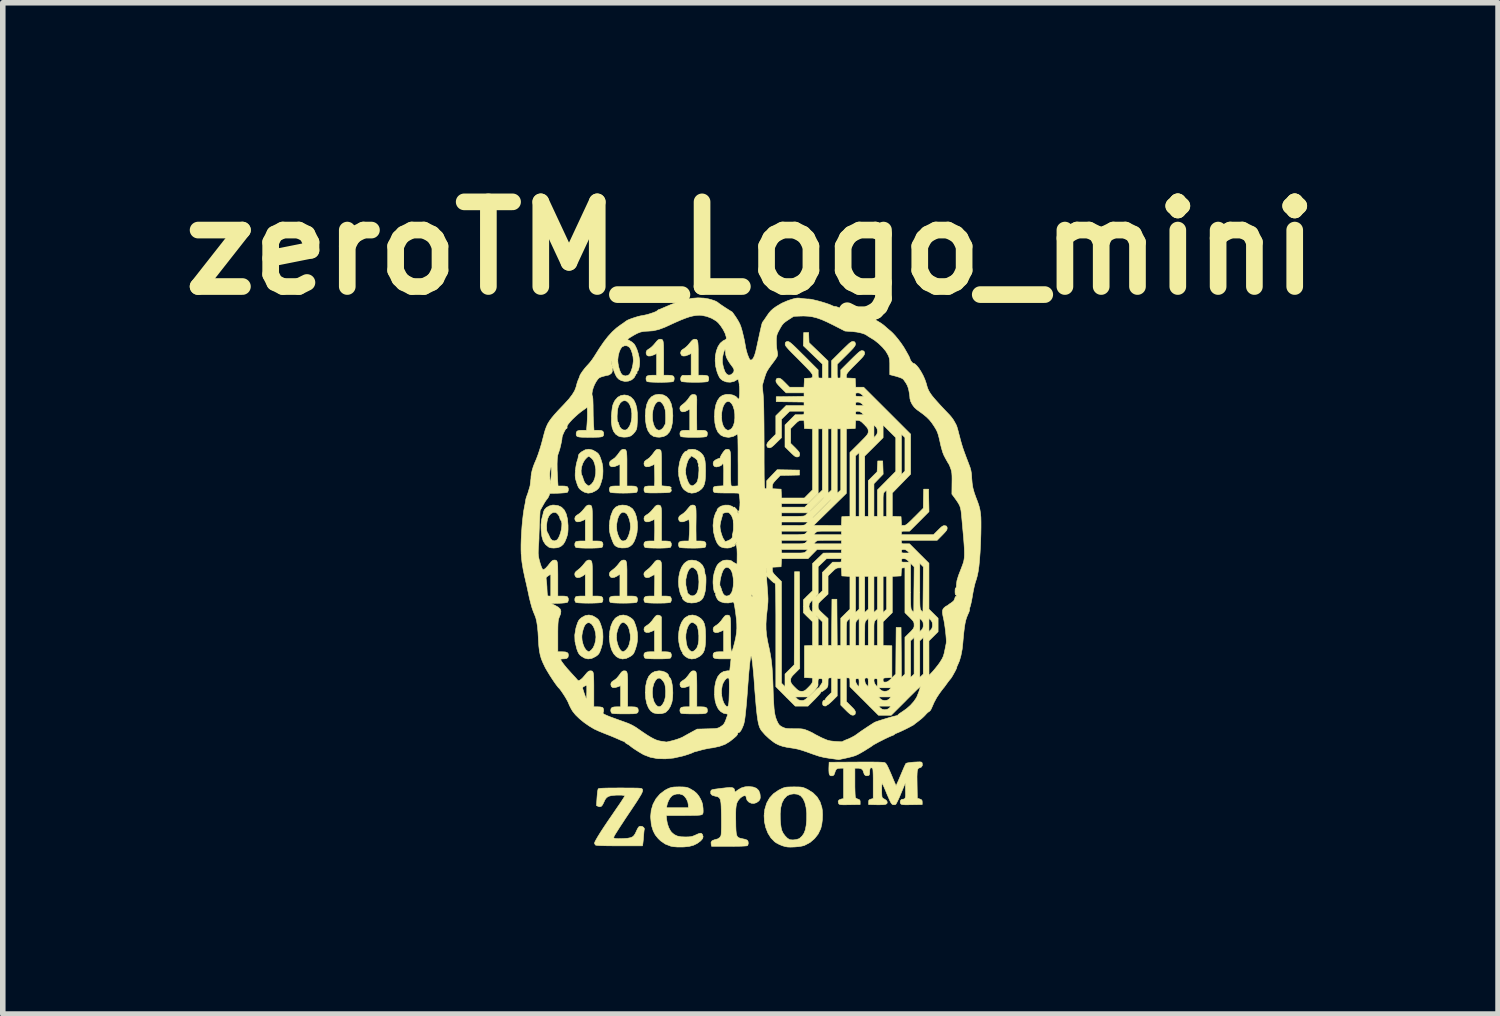
<source format=kicad_pcb>
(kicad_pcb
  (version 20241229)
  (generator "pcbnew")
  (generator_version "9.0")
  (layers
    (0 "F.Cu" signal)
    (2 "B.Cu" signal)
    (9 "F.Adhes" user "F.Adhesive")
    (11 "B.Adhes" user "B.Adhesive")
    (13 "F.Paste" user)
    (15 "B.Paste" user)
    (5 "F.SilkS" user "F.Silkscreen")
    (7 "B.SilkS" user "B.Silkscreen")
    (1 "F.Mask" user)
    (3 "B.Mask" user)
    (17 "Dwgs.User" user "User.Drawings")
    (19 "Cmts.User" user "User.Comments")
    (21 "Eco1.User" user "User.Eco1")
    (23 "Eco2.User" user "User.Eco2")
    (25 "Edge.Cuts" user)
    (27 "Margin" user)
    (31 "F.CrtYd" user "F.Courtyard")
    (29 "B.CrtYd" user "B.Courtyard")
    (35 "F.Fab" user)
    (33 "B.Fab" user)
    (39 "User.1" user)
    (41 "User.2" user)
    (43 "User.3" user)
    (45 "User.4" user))
  (footprint "zeroTM_Logo_mini"
    (layer "F.Cu")
    (at 10.458 7.26)
    (property "Reference" "zeroTM_Logo_mini" (at 0 -5.842 0) (layer "F.SilkS") (effects (font (size 1.524 1.524) (thickness 0.3))))
    (attr through_hole)
    (fp_poly (pts (xy -0.927 -1.924) (xy -0.933 -1.918) (xy -0.94 -1.924) (xy -0.933 -1.93) (xy -0.927 -1.924)) (stroke (width 0.01) (type solid)) (fill yes) (layer "F.SilkS"))
    (fp_poly (pts (xy -2.268 -0.228) (xy -2.253 -0.224) (xy -2.242 -0.213) (xy -2.234 -0.194) (xy -2.228 -0.162) (xy -2.225 -0.116) (xy -2.223 -0.052) (xy -2.223 0.032) (xy -2.223 0.11) (xy -2.223 0.419) (xy -2.142 0.419) (xy -2.088 0.422) (xy -2.054 0.432) (xy -2.037 0.452) (xy -2.032 0.483) (xy -2.038 0.514) (xy -2.047 0.531) (xy -2.066 0.537) (xy -2.104 0.541) (xy -2.158 0.544) (xy -2.221 0.546) (xy -2.29 0.547) (xy -2.358 0.546) (xy -2.421 0.544) (xy -2.473 0.541) (xy -2.51 0.536) (xy -2.525 0.531) (xy -2.536 0.507) (xy -2.54 0.483) (xy -2.535 0.451) (xy -2.517 0.432) (xy -2.483 0.422) (xy -2.43 0.419) (xy -2.349 0.419) (xy -2.349 0.024) (xy -2.397 0.057) (xy -2.447 0.082) (xy -2.489 0.088) (xy -2.52 0.076) (xy -2.538 0.045) (xy -2.54 0.023) (xy -2.534 -0.002) (xy -2.515 -0.026) (xy -2.483 -0.051) (xy -2.443 -0.083) (xy -2.401 -0.126) (xy -2.374 -0.159) (xy -2.343 -0.199) (xy -2.319 -0.22) (xy -2.296 -0.228) (xy -2.288 -0.229) (xy -2.268 -0.228)) (stroke (width 0.01) (type solid)) (fill yes) (layer "F.SilkS"))
    (fp_poly (pts (xy -2.268 -2.222) (xy -2.253 -2.218) (xy -2.242 -2.207) (xy -2.234 -2.188) (xy -2.228 -2.157) (xy -2.225 -2.111) (xy -2.223 -2.048) (xy -2.223 -1.965) (xy -2.223 -1.877) (xy -2.223 -1.562) (xy -2.142 -1.562) (xy -2.088 -1.559) (xy -2.054 -1.549) (xy -2.037 -1.529) (xy -2.032 -1.499) (xy -2.038 -1.468) (xy -2.047 -1.45) (xy -2.066 -1.444) (xy -2.104 -1.44) (xy -2.158 -1.437) (xy -2.221 -1.435) (xy -2.29 -1.434) (xy -2.358 -1.435) (xy -2.421 -1.437) (xy -2.473 -1.44) (xy -2.51 -1.445) (xy -2.525 -1.45) (xy -2.536 -1.474) (xy -2.54 -1.499) (xy -2.535 -1.53) (xy -2.517 -1.55) (xy -2.483 -1.559) (xy -2.43 -1.562) (xy -2.349 -1.562) (xy -2.349 -1.953) (xy -2.4 -1.929) (xy -2.455 -1.909) (xy -2.498 -1.908) (xy -2.527 -1.924) (xy -2.538 -1.957) (xy -2.538 -1.976) (xy -2.527 -2.005) (xy -2.499 -2.029) (xy -2.483 -2.038) (xy -2.439 -2.07) (xy -2.393 -2.122) (xy -2.378 -2.143) (xy -2.346 -2.186) (xy -2.323 -2.21) (xy -2.302 -2.221) (xy -2.288 -2.223) (xy -2.268 -2.222)) (stroke (width 0.01) (type solid)) (fill yes) (layer "F.SilkS"))
    (fp_poly (pts (xy -1.608 -4.203) (xy -1.593 -4.199) (xy -1.581 -4.188) (xy -1.573 -4.169) (xy -1.568 -4.137) (xy -1.564 -4.091) (xy -1.563 -4.027) (xy -1.562 -3.942) (xy -1.562 -3.865) (xy -1.562 -3.556) (xy -1.482 -3.556) (xy -1.427 -3.553) (xy -1.393 -3.543) (xy -1.376 -3.523) (xy -1.372 -3.493) (xy -1.377 -3.462) (xy -1.387 -3.444) (xy -1.405 -3.438) (xy -1.444 -3.434) (xy -1.497 -3.431) (xy -1.561 -3.429) (xy -1.63 -3.428) (xy -1.698 -3.429) (xy -1.76 -3.431) (xy -1.813 -3.434) (xy -1.849 -3.439) (xy -1.864 -3.444) (xy -1.876 -3.468) (xy -1.88 -3.493) (xy -1.875 -3.524) (xy -1.857 -3.543) (xy -1.822 -3.553) (xy -1.769 -3.556) (xy -1.689 -3.556) (xy -1.689 -3.947) (xy -1.739 -3.923) (xy -1.795 -3.903) (xy -1.838 -3.902) (xy -1.866 -3.918) (xy -1.878 -3.951) (xy -1.877 -3.97) (xy -1.867 -3.999) (xy -1.838 -4.023) (xy -1.823 -4.031) (xy -1.789 -4.056) (xy -1.75 -4.093) (xy -1.717 -4.131) (xy -1.684 -4.171) (xy -1.659 -4.194) (xy -1.636 -4.203) (xy -1.627 -4.204) (xy -1.608 -4.203)) (stroke (width 0.01) (type solid)) (fill yes) (layer "F.SilkS"))
    (fp_poly (pts (xy -1 -3.208) (xy -0.979 -3.193) (xy -0.968 -3.162) (xy -0.965 -3.11) (xy -0.966 -3.1) (xy -0.966 -3.059) (xy -0.967 -2.999) (xy -0.967 -2.926) (xy -0.967 -2.846) (xy -0.967 -2.791) (xy -0.965 -2.565) (xy -0.885 -2.565) (xy -0.83 -2.563) (xy -0.797 -2.552) (xy -0.779 -2.532) (xy -0.775 -2.502) (xy -0.78 -2.471) (xy -0.79 -2.454) (xy -0.808 -2.448) (xy -0.847 -2.443) (xy -0.9 -2.44) (xy -0.964 -2.438) (xy -1.031 -2.438) (xy -1.098 -2.438) (xy -1.16 -2.441) (xy -1.21 -2.444) (xy -1.243 -2.449) (xy -1.255 -2.454) (xy -1.266 -2.477) (xy -1.27 -2.502) (xy -1.264 -2.534) (xy -1.245 -2.554) (xy -1.208 -2.563) (xy -1.166 -2.565) (xy -1.092 -2.565) (xy -1.092 -2.948) (xy -1.135 -2.922) (xy -1.184 -2.9) (xy -1.226 -2.897) (xy -1.255 -2.913) (xy -1.269 -2.947) (xy -1.27 -2.961) (xy -1.265 -2.986) (xy -1.245 -3.01) (xy -1.212 -3.036) (xy -1.171 -3.071) (xy -1.131 -3.115) (xy -1.112 -3.142) (xy -1.083 -3.182) (xy -1.059 -3.203) (xy -1.035 -3.21) (xy -1 -3.208)) (stroke (width 0.01) (type solid)) (fill yes) (layer "F.SilkS"))
    (fp_poly (pts (xy -2.891 -0.228) (xy -2.876 -0.224) (xy -2.864 -0.213) (xy -2.856 -0.194) (xy -2.85 -0.162) (xy -2.847 -0.116) (xy -2.845 -0.052) (xy -2.845 0.032) (xy -2.845 0.11) (xy -2.845 0.419) (xy -2.765 0.419) (xy -2.71 0.422) (xy -2.676 0.432) (xy -2.659 0.452) (xy -2.654 0.483) (xy -2.66 0.514) (xy -2.67 0.531) (xy -2.688 0.537) (xy -2.726 0.541) (xy -2.78 0.544) (xy -2.844 0.546) (xy -2.912 0.547) (xy -2.98 0.546) (xy -3.043 0.544) (xy -3.095 0.541) (xy -3.132 0.536) (xy -3.147 0.531) (xy -3.16 0.503) (xy -3.161 0.468) (xy -3.15 0.438) (xy -3.147 0.434) (xy -3.126 0.426) (xy -3.088 0.421) (xy -3.052 0.419) (xy -2.972 0.419) (xy -2.972 0.024) (xy -3.019 0.057) (xy -3.069 0.082) (xy -3.111 0.088) (xy -3.143 0.076) (xy -3.16 0.045) (xy -3.162 0.023) (xy -3.157 -0.002) (xy -3.137 -0.026) (xy -3.105 -0.051) (xy -3.066 -0.083) (xy -3.024 -0.126) (xy -2.997 -0.159) (xy -2.965 -0.199) (xy -2.941 -0.22) (xy -2.918 -0.228) (xy -2.91 -0.229) (xy -2.891 -0.228)) (stroke (width 0.01) (type solid)) (fill yes) (layer "F.SilkS"))
    (fp_poly (pts (xy -2.89 -1.218) (xy -2.875 -1.214) (xy -2.864 -1.204) (xy -2.856 -1.184) (xy -2.85 -1.152) (xy -2.847 -1.106) (xy -2.845 -1.042) (xy -2.845 -0.958) (xy -2.845 -0.88) (xy -2.845 -0.572) (xy -2.765 -0.572) (xy -2.71 -0.569) (xy -2.676 -0.558) (xy -2.659 -0.538) (xy -2.654 -0.508) (xy -2.66 -0.477) (xy -2.67 -0.46) (xy -2.688 -0.454) (xy -2.726 -0.449) (xy -2.78 -0.446) (xy -2.844 -0.444) (xy -2.912 -0.444) (xy -2.98 -0.444) (xy -3.043 -0.446) (xy -3.095 -0.45) (xy -3.132 -0.454) (xy -3.147 -0.46) (xy -3.16 -0.487) (xy -3.161 -0.523) (xy -3.15 -0.553) (xy -3.147 -0.556) (xy -3.126 -0.565) (xy -3.088 -0.57) (xy -3.052 -0.572) (xy -2.972 -0.572) (xy -2.972 -0.963) (xy -3.022 -0.939) (xy -3.078 -0.919) (xy -3.121 -0.917) (xy -3.149 -0.933) (xy -3.161 -0.966) (xy -3.16 -0.986) (xy -3.149 -1.015) (xy -3.121 -1.039) (xy -3.106 -1.047) (xy -3.072 -1.071) (xy -3.032 -1.108) (xy -3 -1.146) (xy -2.967 -1.187) (xy -2.942 -1.21) (xy -2.919 -1.219) (xy -2.91 -1.219) (xy -2.89 -1.218)) (stroke (width 0.01) (type solid)) (fill yes) (layer "F.SilkS"))
    (fp_poly (pts (xy -2.255 1.766) (xy -2.24 1.77) (xy -2.229 1.781) (xy -2.221 1.8) (xy -2.215 1.832) (xy -2.212 1.878) (xy -2.21 1.942) (xy -2.21 2.027) (xy -2.21 2.104) (xy -2.21 2.413) (xy -2.13 2.413) (xy -2.075 2.416) (xy -2.041 2.426) (xy -2.024 2.446) (xy -2.019 2.477) (xy -2.021 2.498) (xy -2.027 2.515) (xy -2.042 2.526) (xy -2.068 2.533) (xy -2.11 2.538) (xy -2.17 2.539) (xy -2.251 2.54) (xy -2.267 2.54) (xy -2.358 2.539) (xy -2.425 2.537) (xy -2.47 2.533) (xy -2.495 2.528) (xy -2.499 2.525) (xy -2.511 2.501) (xy -2.515 2.477) (xy -2.509 2.444) (xy -2.49 2.424) (xy -2.453 2.415) (xy -2.41 2.413) (xy -2.337 2.413) (xy -2.337 2.032) (xy -2.383 2.051) (xy -2.438 2.067) (xy -2.48 2.066) (xy -2.505 2.046) (xy -2.513 2.009) (xy -2.512 1.999) (xy -2.502 1.97) (xy -2.474 1.947) (xy -2.457 1.937) (xy -2.41 1.902) (xy -2.363 1.845) (xy -2.358 1.838) (xy -2.329 1.798) (xy -2.307 1.775) (xy -2.286 1.766) (xy -2.275 1.765) (xy -2.255 1.766)) (stroke (width 0.01) (type solid)) (fill yes) (layer "F.SilkS"))
    (fp_poly (pts (xy -1.631 0.769) (xy -1.608 0.787) (xy -1.601 0.808) (xy -1.602 0.824) (xy -1.602 0.861) (xy -1.602 0.916) (xy -1.602 0.985) (xy -1.602 1.065) (xy -1.602 1.121) (xy -1.6 1.422) (xy -1.527 1.422) (xy -1.484 1.425) (xy -1.451 1.431) (xy -1.438 1.438) (xy -1.425 1.465) (xy -1.424 1.501) (xy -1.435 1.531) (xy -1.438 1.534) (xy -1.456 1.54) (xy -1.495 1.545) (xy -1.548 1.548) (xy -1.611 1.55) (xy -1.679 1.55) (xy -1.746 1.549) (xy -1.807 1.547) (xy -1.857 1.544) (xy -1.891 1.539) (xy -1.902 1.534) (xy -1.914 1.51) (xy -1.918 1.486) (xy -1.913 1.454) (xy -1.895 1.435) (xy -1.86 1.425) (xy -1.807 1.422) (xy -1.727 1.422) (xy -1.727 1.031) (xy -1.777 1.055) (xy -1.831 1.074) (xy -1.874 1.075) (xy -1.903 1.059) (xy -1.916 1.027) (xy -1.915 1.008) (xy -1.905 0.979) (xy -1.876 0.956) (xy -1.861 0.947) (xy -1.817 0.914) (xy -1.771 0.863) (xy -1.755 0.841) (xy -1.724 0.799) (xy -1.701 0.775) (xy -1.68 0.764) (xy -1.664 0.762) (xy -1.631 0.769)) (stroke (width 0.01) (type solid)) (fill yes) (layer "F.SilkS"))
    (fp_poly (pts (xy -1.011 1.766) (xy -0.996 1.77) (xy -0.984 1.781) (xy -0.976 1.8) (xy -0.971 1.832) (xy -0.968 1.878) (xy -0.966 1.942) (xy -0.965 2.027) (xy -0.965 2.104) (xy -0.965 2.413) (xy -0.885 2.413) (xy -0.83 2.416) (xy -0.797 2.426) (xy -0.779 2.446) (xy -0.775 2.477) (xy -0.776 2.498) (xy -0.783 2.515) (xy -0.797 2.526) (xy -0.824 2.533) (xy -0.865 2.538) (xy -0.925 2.539) (xy -1.006 2.54) (xy -1.022 2.54) (xy -1.113 2.539) (xy -1.181 2.537) (xy -1.226 2.533) (xy -1.25 2.528) (xy -1.255 2.525) (xy -1.266 2.501) (xy -1.27 2.477) (xy -1.264 2.444) (xy -1.245 2.424) (xy -1.208 2.415) (xy -1.166 2.413) (xy -1.092 2.413) (xy -1.092 2.032) (xy -1.138 2.051) (xy -1.194 2.067) (xy -1.235 2.066) (xy -1.261 2.046) (xy -1.269 2.009) (xy -1.268 1.999) (xy -1.257 1.97) (xy -1.229 1.947) (xy -1.213 1.937) (xy -1.165 1.902) (xy -1.118 1.845) (xy -1.113 1.838) (xy -1.084 1.798) (xy -1.062 1.775) (xy -1.041 1.766) (xy -1.03 1.765) (xy -1.011 1.766)) (stroke (width 0.01) (type solid)) (fill yes) (layer "F.SilkS"))
    (fp_poly (pts (xy -0.985 -4.203) (xy -0.97 -4.199) (xy -0.959 -4.188) (xy -0.951 -4.169) (xy -0.945 -4.137) (xy -0.942 -4.091) (xy -0.94 -4.027) (xy -0.94 -3.942) (xy -0.94 -3.865) (xy -0.94 -3.556) (xy -0.86 -3.556) (xy -0.814 -3.554) (xy -0.779 -3.547) (xy -0.765 -3.541) (xy -0.752 -3.514) (xy -0.751 -3.478) (xy -0.761 -3.449) (xy -0.767 -3.443) (xy -0.786 -3.438) (xy -0.825 -3.434) (xy -0.879 -3.431) (xy -0.942 -3.429) (xy -1.011 -3.429) (xy -1.079 -3.43) (xy -1.141 -3.432) (xy -1.193 -3.436) (xy -1.229 -3.44) (xy -1.243 -3.445) (xy -1.256 -3.471) (xy -1.256 -3.503) (xy -1.245 -3.533) (xy -1.227 -3.552) (xy -1.211 -3.555) (xy -1.193 -3.554) (xy -1.159 -3.554) (xy -1.133 -3.554) (xy -1.067 -3.556) (xy -1.067 -3.947) (xy -1.117 -3.923) (xy -1.173 -3.903) (xy -1.216 -3.902) (xy -1.244 -3.918) (xy -1.256 -3.951) (xy -1.255 -3.97) (xy -1.244 -3.999) (xy -1.216 -4.023) (xy -1.201 -4.031) (xy -1.167 -4.056) (xy -1.127 -4.093) (xy -1.095 -4.131) (xy -1.062 -4.171) (xy -1.037 -4.194) (xy -1.014 -4.203) (xy -1.005 -4.204) (xy -0.985 -4.203)) (stroke (width 0.01) (type solid)) (fill yes) (layer "F.SilkS"))
    (fp_poly (pts (xy -1.018 -1.217) (xy -1.001 -1.209) (xy -0.989 -1.192) (xy -0.982 -1.161) (xy -0.979 -1.114) (xy -0.978 -1.047) (xy -0.978 -0.995) (xy -0.979 -0.915) (xy -0.98 -0.833) (xy -0.98 -0.757) (xy -0.979 -0.696) (xy -0.979 -0.689) (xy -0.978 -0.572) (xy -0.904 -0.572) (xy -0.851 -0.568) (xy -0.819 -0.556) (xy -0.803 -0.534) (xy -0.8 -0.508) (xy -0.806 -0.477) (xy -0.815 -0.46) (xy -0.834 -0.454) (xy -0.872 -0.449) (xy -0.926 -0.446) (xy -0.989 -0.444) (xy -1.057 -0.444) (xy -1.124 -0.445) (xy -1.185 -0.447) (xy -1.235 -0.45) (xy -1.269 -0.455) (xy -1.28 -0.46) (xy -1.292 -0.483) (xy -1.295 -0.508) (xy -1.29 -0.54) (xy -1.272 -0.559) (xy -1.237 -0.569) (xy -1.187 -0.572) (xy -1.108 -0.572) (xy -1.1 -0.703) (xy -1.097 -0.766) (xy -1.096 -0.828) (xy -1.097 -0.878) (xy -1.099 -0.898) (xy -1.108 -0.962) (xy -1.156 -0.938) (xy -1.211 -0.918) (xy -1.254 -0.917) (xy -1.282 -0.934) (xy -1.294 -0.967) (xy -1.293 -0.986) (xy -1.282 -1.015) (xy -1.254 -1.039) (xy -1.239 -1.047) (xy -1.205 -1.071) (xy -1.165 -1.108) (xy -1.133 -1.146) (xy -1.1 -1.186) (xy -1.076 -1.209) (xy -1.053 -1.218) (xy -1.042 -1.219) (xy -1.018 -1.217)) (stroke (width 0.01) (type solid)) (fill yes) (layer "F.SilkS"))
    (fp_poly (pts (xy -1.641 -1.217) (xy -1.624 -1.209) (xy -1.612 -1.192) (xy -1.605 -1.161) (xy -1.601 -1.114) (xy -1.6 -1.048) (xy -1.6 -0.995) (xy -1.601 -0.916) (xy -1.601 -0.834) (xy -1.601 -0.757) (xy -1.601 -0.696) (xy -1.601 -0.689) (xy -1.6 -0.572) (xy -1.527 -0.572) (xy -1.484 -0.569) (xy -1.451 -0.563) (xy -1.438 -0.556) (xy -1.425 -0.529) (xy -1.424 -0.493) (xy -1.435 -0.463) (xy -1.438 -0.46) (xy -1.456 -0.454) (xy -1.495 -0.449) (xy -1.548 -0.446) (xy -1.611 -0.444) (xy -1.679 -0.444) (xy -1.746 -0.445) (xy -1.807 -0.447) (xy -1.857 -0.45) (xy -1.891 -0.455) (xy -1.902 -0.46) (xy -1.914 -0.483) (xy -1.918 -0.508) (xy -1.913 -0.54) (xy -1.895 -0.559) (xy -1.86 -0.569) (xy -1.808 -0.572) (xy -1.729 -0.572) (xy -1.725 -0.689) (xy -1.723 -0.753) (xy -1.723 -0.818) (xy -1.724 -0.873) (xy -1.725 -0.884) (xy -1.728 -0.962) (xy -1.778 -0.938) (xy -1.833 -0.918) (xy -1.876 -0.917) (xy -1.904 -0.933) (xy -1.916 -0.967) (xy -1.915 -0.986) (xy -1.905 -1.015) (xy -1.876 -1.039) (xy -1.861 -1.047) (xy -1.827 -1.071) (xy -1.788 -1.108) (xy -1.755 -1.146) (xy -1.723 -1.186) (xy -1.698 -1.209) (xy -1.675 -1.218) (xy -1.664 -1.219) (xy -1.641 -1.217)) (stroke (width 0.01) (type solid)) (fill yes) (layer "F.SilkS"))
    (fp_poly (pts (xy -1.635 -0.224) (xy -1.615 -0.209) (xy -1.604 -0.179) (xy -1.6 -0.129) (xy -1.6 -0.093) (xy -1.601 -0.044) (xy -1.601 0.022) (xy -1.601 0.099) (xy -1.601 0.179) (xy -1.601 0.213) (xy -1.6 0.419) (xy -1.527 0.419) (xy -1.484 0.422) (xy -1.451 0.428) (xy -1.438 0.434) (xy -1.425 0.462) (xy -1.424 0.498) (xy -1.435 0.527) (xy -1.438 0.531) (xy -1.456 0.537) (xy -1.495 0.541) (xy -1.548 0.545) (xy -1.611 0.546) (xy -1.679 0.547) (xy -1.746 0.546) (xy -1.807 0.544) (xy -1.857 0.54) (xy -1.891 0.535) (xy -1.902 0.531) (xy -1.914 0.507) (xy -1.918 0.483) (xy -1.913 0.451) (xy -1.895 0.432) (xy -1.86 0.422) (xy -1.808 0.419) (xy -1.729 0.419) (xy -1.725 0.235) (xy -1.724 0.168) (xy -1.723 0.111) (xy -1.723 0.067) (xy -1.724 0.042) (xy -1.725 0.038) (xy -1.737 0.037) (xy -1.762 0.049) (xy -1.776 0.057) (xy -1.825 0.083) (xy -1.867 0.088) (xy -1.898 0.076) (xy -1.915 0.045) (xy -1.918 0.023) (xy -1.912 -0.002) (xy -1.892 -0.026) (xy -1.86 -0.051) (xy -1.821 -0.083) (xy -1.779 -0.126) (xy -1.752 -0.159) (xy -1.721 -0.198) (xy -1.697 -0.22) (xy -1.674 -0.228) (xy -1.665 -0.229) (xy -1.635 -0.224)) (stroke (width 0.01) (type solid)) (fill yes) (layer "F.SilkS"))
    (fp_poly (pts (xy -1.589 1.771) (xy -1.54 1.787) (xy -1.5 1.81) (xy -1.477 1.836) (xy -1.473 1.852) (xy -1.464 1.875) (xy -1.454 1.885) (xy -1.435 1.911) (xy -1.42 1.958) (xy -1.408 2.019) (xy -1.4 2.089) (xy -1.397 2.163) (xy -1.4 2.235) (xy -1.408 2.301) (xy -1.414 2.331) (xy -1.441 2.405) (xy -1.478 2.465) (xy -1.521 2.508) (xy -1.545 2.521) (xy -1.605 2.536) (xy -1.673 2.537) (xy -1.735 2.525) (xy -1.749 2.52) (xy -1.797 2.486) (xy -1.836 2.43) (xy -1.866 2.355) (xy -1.885 2.265) (xy -1.892 2.161) (xy -1.892 2.16) (xy -1.766 2.16) (xy -1.758 2.244) (xy -1.736 2.32) (xy -1.706 2.372) (xy -1.673 2.403) (xy -1.645 2.413) (xy -1.612 2.401) (xy -1.583 2.372) (xy -1.548 2.307) (xy -1.529 2.224) (xy -1.526 2.123) (xy -1.528 2.105) (xy -1.533 2.049) (xy -1.541 2.008) (xy -1.555 1.976) (xy -1.571 1.951) (xy -1.607 1.91) (xy -1.642 1.894) (xy -1.676 1.903) (xy -1.706 1.933) (xy -1.74 1.997) (xy -1.76 2.075) (xy -1.766 2.16) (xy -1.892 2.16) (xy -1.892 2.153) (xy -1.885 2.036) (xy -1.864 1.94) (xy -1.83 1.864) (xy -1.782 1.81) (xy -1.721 1.777) (xy -1.646 1.765) (xy -1.644 1.765) (xy -1.589 1.771)) (stroke (width 0.01) (type solid)) (fill yes) (layer "F.SilkS"))
    (fp_poly (pts (xy -2.243 -1.214) (xy -2.182 -1.193) (xy -2.129 -1.157) (xy -2.116 -1.143) (xy -2.078 -1.081) (xy -2.051 -1.002) (xy -2.036 -0.911) (xy -2.033 -0.815) (xy -2.042 -0.72) (xy -2.065 -0.633) (xy -2.093 -0.564) (xy -2.122 -0.516) (xy -2.157 -0.484) (xy -2.195 -0.462) (xy -2.251 -0.449) (xy -2.316 -0.447) (xy -2.376 -0.457) (xy -2.395 -0.464) (xy -2.422 -0.478) (xy -2.443 -0.495) (xy -2.461 -0.52) (xy -2.479 -0.56) (xy -2.501 -0.618) (xy -2.502 -0.621) (xy -2.523 -0.685) (xy -2.535 -0.741) (xy -2.54 -0.8) (xy -2.54 -0.831) (xy -2.538 -0.856) (xy -2.411 -0.856) (xy -2.404 -0.754) (xy -2.387 -0.692) (xy -2.36 -0.627) (xy -2.331 -0.587) (xy -2.298 -0.571) (xy -2.261 -0.578) (xy -2.239 -0.59) (xy -2.218 -0.616) (xy -2.197 -0.66) (xy -2.178 -0.714) (xy -2.165 -0.771) (xy -2.159 -0.824) (xy -2.159 -0.829) (xy -2.164 -0.892) (xy -2.178 -0.956) (xy -2.199 -1.013) (xy -2.223 -1.055) (xy -2.23 -1.063) (xy -2.268 -1.088) (xy -2.305 -1.09) (xy -2.339 -1.067) (xy -2.37 -1.022) (xy -2.393 -0.959) (xy -2.411 -0.856) (xy -2.538 -0.856) (xy -2.533 -0.931) (xy -2.512 -1.028) (xy -2.48 -1.112) (xy -2.464 -1.139) (xy -2.425 -1.182) (xy -2.371 -1.208) (xy -2.308 -1.219) (xy -2.243 -1.214)) (stroke (width 0.01) (type solid)) (fill yes) (layer "F.SilkS"))
    (fp_poly (pts (xy -1.57 -3.202) (xy -1.509 -3.17) (xy -1.461 -3.116) (xy -1.426 -3.041) (xy -1.405 -2.945) (xy -1.397 -2.829) (xy -1.397 -2.825) (xy -1.404 -2.707) (xy -1.423 -2.612) (xy -1.456 -2.537) (xy -1.503 -2.484) (xy -1.563 -2.452) (xy -1.637 -2.44) (xy -1.645 -2.44) (xy -1.692 -2.444) (xy -1.735 -2.453) (xy -1.749 -2.458) (xy -1.802 -2.495) (xy -1.843 -2.554) (xy -1.872 -2.633) (xy -1.888 -2.733) (xy -1.892 -2.819) (xy -1.892 -2.823) (xy -1.765 -2.823) (xy -1.76 -2.742) (xy -1.745 -2.674) (xy -1.722 -2.621) (xy -1.693 -2.584) (xy -1.659 -2.566) (xy -1.622 -2.569) (xy -1.584 -2.595) (xy -1.581 -2.599) (xy -1.56 -2.626) (xy -1.55 -2.648) (xy -1.549 -2.651) (xy -1.544 -2.663) (xy -1.54 -2.663) (xy -1.534 -2.67) (xy -1.53 -2.698) (xy -1.527 -2.739) (xy -1.526 -2.789) (xy -1.527 -2.841) (xy -1.53 -2.889) (xy -1.534 -2.929) (xy -1.537 -2.94) (xy -1.555 -2.997) (xy -1.582 -3.043) (xy -1.614 -3.075) (xy -1.645 -3.086) (xy -1.679 -3.074) (xy -1.711 -3.041) (xy -1.736 -2.99) (xy -1.755 -2.925) (xy -1.764 -2.851) (xy -1.765 -2.823) (xy -1.892 -2.823) (xy -1.885 -2.938) (xy -1.865 -3.035) (xy -1.831 -3.112) (xy -1.783 -3.167) (xy -1.723 -3.201) (xy -1.649 -3.213) (xy -1.645 -3.213) (xy -1.57 -3.202)) (stroke (width 0.01) (type solid)) (fill yes) (layer "F.SilkS"))
    (fp_poly (pts (xy -2.217 0.776) (xy -2.166 0.803) (xy -2.134 0.826) (xy -2.111 0.848) (xy -2.094 0.876) (xy -2.078 0.917) (xy -2.067 0.946) (xy -2.047 1.015) (xy -2.036 1.077) (xy -2.032 1.148) (xy -2.032 1.156) (xy -2.035 1.228) (xy -2.045 1.29) (xy -2.065 1.358) (xy -2.067 1.365) (xy -2.086 1.417) (xy -2.102 1.451) (xy -2.121 1.475) (xy -2.148 1.496) (xy -2.166 1.508) (xy -2.236 1.542) (xy -2.304 1.552) (xy -2.369 1.535) (xy -2.415 1.508) (xy -2.462 1.457) (xy -2.499 1.387) (xy -2.525 1.3) (xy -2.538 1.202) (xy -2.54 1.156) (xy -2.539 1.149) (xy -2.412 1.149) (xy -2.407 1.214) (xy -2.393 1.277) (xy -2.372 1.335) (xy -2.346 1.382) (xy -2.318 1.412) (xy -2.292 1.422) (xy -2.275 1.415) (xy -2.248 1.395) (xy -2.239 1.387) (xy -2.203 1.342) (xy -2.179 1.281) (xy -2.162 1.198) (xy -2.162 1.12) (xy -2.178 1.036) (xy -2.18 1.027) (xy -2.198 0.976) (xy -2.22 0.94) (xy -2.245 0.917) (xy -2.273 0.897) (xy -2.292 0.892) (xy -2.312 0.899) (xy -2.322 0.904) (xy -2.348 0.931) (xy -2.372 0.976) (xy -2.393 1.033) (xy -2.407 1.094) (xy -2.412 1.149) (xy -2.539 1.149) (xy -2.532 1.053) (xy -2.512 0.961) (xy -2.48 0.883) (xy -2.437 0.823) (xy -2.415 0.804) (xy -2.352 0.769) (xy -2.286 0.76) (xy -2.217 0.776)) (stroke (width 0.01) (type solid)) (fill yes) (layer "F.SilkS"))
    (fp_poly (pts (xy -2.21 -3.192) (xy -2.152 -3.163) (xy -2.104 -3.114) (xy -2.096 -3.102) (xy -2.066 -3.04) (xy -2.046 -2.966) (xy -2.036 -2.876) (xy -2.034 -2.767) (xy -2.035 -2.736) (xy -2.039 -2.672) (xy -2.042 -2.627) (xy -2.048 -2.595) (xy -2.057 -2.57) (xy -2.071 -2.547) (xy -2.079 -2.536) (xy -2.11 -2.499) (xy -2.146 -2.469) (xy -2.16 -2.461) (xy -2.213 -2.445) (xy -2.276 -2.441) (xy -2.338 -2.448) (xy -2.371 -2.458) (xy -2.425 -2.494) (xy -2.465 -2.548) (xy -2.491 -2.621) (xy -2.503 -2.714) (xy -2.501 -2.821) (xy -2.4 -2.821) (xy -2.399 -2.775) (xy -2.397 -2.739) (xy -2.392 -2.719) (xy -2.389 -2.718) (xy -2.379 -2.707) (xy -2.371 -2.68) (xy -2.37 -2.675) (xy -2.352 -2.626) (xy -2.322 -2.59) (xy -2.285 -2.57) (xy -2.247 -2.569) (xy -2.211 -2.589) (xy -2.211 -2.59) (xy -2.174 -2.643) (xy -2.149 -2.712) (xy -2.136 -2.791) (xy -2.135 -2.873) (xy -2.146 -2.952) (xy -2.17 -3.021) (xy -2.192 -3.057) (xy -2.229 -3.09) (xy -2.268 -3.1) (xy -2.307 -3.088) (xy -2.343 -3.057) (xy -2.372 -3.006) (xy -2.387 -2.959) (xy -2.393 -2.919) (xy -2.397 -2.871) (xy -2.4 -2.821) (xy -2.501 -2.821) (xy -2.501 -2.828) (xy -2.501 -2.838) (xy -2.494 -2.916) (xy -2.487 -2.974) (xy -2.477 -3.019) (xy -2.462 -3.057) (xy -2.443 -3.095) (xy -2.433 -3.109) (xy -2.388 -3.16) (xy -2.333 -3.19) (xy -2.271 -3.201) (xy -2.21 -3.192)) (stroke (width 0.01) (type solid)) (fill yes) (layer "F.SilkS"))
    (fp_poly (pts (xy -3.463 -1.209) (xy -3.4 -1.18) (xy -3.351 -1.13) (xy -3.316 -1.059) (xy -3.293 -0.967) (xy -3.283 -0.853) (xy -3.283 -0.846) (xy -3.283 -0.78) (xy -3.286 -0.73) (xy -3.293 -0.687) (xy -3.307 -0.641) (xy -3.311 -0.629) (xy -3.339 -0.561) (xy -3.369 -0.513) (xy -3.405 -0.481) (xy -3.44 -0.462) (xy -3.486 -0.45) (xy -3.539 -0.445) (xy -3.59 -0.449) (xy -3.626 -0.459) (xy -3.687 -0.507) (xy -3.73 -0.572) (xy -3.754 -0.653) (xy -3.755 -0.66) (xy -3.767 -0.768) (xy -3.768 -0.806) (xy -3.67 -0.806) (xy -3.666 -0.759) (xy -3.657 -0.727) (xy -3.653 -0.721) (xy -3.638 -0.698) (xy -3.623 -0.664) (xy -3.62 -0.657) (xy -3.596 -0.609) (xy -3.562 -0.58) (xy -3.523 -0.574) (xy -3.484 -0.59) (xy -3.46 -0.618) (xy -3.438 -0.662) (xy -3.419 -0.717) (xy -3.404 -0.776) (xy -3.396 -0.834) (xy -3.394 -0.886) (xy -3.4 -0.924) (xy -3.41 -0.94) (xy -3.426 -0.963) (xy -3.429 -0.976) (xy -3.438 -1.01) (xy -3.461 -1.047) (xy -3.49 -1.076) (xy -3.511 -1.087) (xy -3.553 -1.085) (xy -3.594 -1.062) (xy -3.628 -1.022) (xy -3.651 -0.97) (xy -3.662 -0.918) (xy -3.669 -0.861) (xy -3.67 -0.806) (xy -3.768 -0.806) (xy -3.769 -0.866) (xy -3.761 -0.948) (xy -3.752 -0.986) (xy -3.74 -1.031) (xy -3.73 -1.071) (xy -3.727 -1.09) (xy -3.709 -1.134) (xy -3.673 -1.173) (xy -3.622 -1.202) (xy -3.565 -1.218) (xy -3.539 -1.219) (xy -3.463 -1.209)) (stroke (width 0.01) (type solid)) (fill yes) (layer "F.SilkS"))
    (fp_poly (pts (xy -1.633 -2.217) (xy -1.614 -2.205) (xy -1.609 -2.188) (xy -1.605 -2.152) (xy -1.602 -2.094) (xy -1.601 -2.014) (xy -1.601 -1.911) (xy -1.601 -1.88) (xy -1.601 -1.794) (xy -1.6 -1.717) (xy -1.6 -1.652) (xy -1.599 -1.604) (xy -1.597 -1.574) (xy -1.596 -1.567) (xy -1.582 -1.564) (xy -1.55 -1.561) (xy -1.519 -1.559) (xy -1.466 -1.554) (xy -1.435 -1.542) (xy -1.432 -1.538) (xy -1.422 -1.525) (xy -1.431 -1.528) (xy -1.433 -1.529) (xy -1.443 -1.533) (xy -1.438 -1.522) (xy -1.433 -1.513) (xy -1.423 -1.485) (xy -1.43 -1.464) (xy -1.438 -1.455) (xy -1.452 -1.449) (xy -1.476 -1.445) (xy -1.513 -1.442) (xy -1.567 -1.44) (xy -1.642 -1.438) (xy -1.665 -1.438) (xy -1.754 -1.437) (xy -1.82 -1.438) (xy -1.865 -1.441) (xy -1.892 -1.445) (xy -1.902 -1.45) (xy -1.915 -1.478) (xy -1.916 -1.514) (xy -1.905 -1.544) (xy -1.902 -1.547) (xy -1.882 -1.555) (xy -1.844 -1.561) (xy -1.808 -1.562) (xy -1.729 -1.562) (xy -1.725 -1.616) (xy -1.723 -1.651) (xy -1.723 -1.704) (xy -1.724 -1.766) (xy -1.725 -1.811) (xy -1.729 -1.953) (xy -1.778 -1.929) (xy -1.833 -1.909) (xy -1.876 -1.908) (xy -1.905 -1.924) (xy -1.916 -1.957) (xy -1.915 -1.976) (xy -1.905 -2.005) (xy -1.876 -2.029) (xy -1.861 -2.038) (xy -1.817 -2.07) (xy -1.771 -2.122) (xy -1.755 -2.143) (xy -1.724 -2.185) (xy -1.701 -2.21) (xy -1.68 -2.221) (xy -1.664 -2.223) (xy -1.633 -2.217)) (stroke (width 0.01) (type solid)) (fill yes) (layer "F.SilkS"))
    (fp_poly (pts (xy -2.84 0.775) (xy -2.788 0.803) (xy -2.756 0.826) (xy -2.734 0.848) (xy -2.717 0.876) (xy -2.7 0.917) (xy -2.69 0.946) (xy -2.669 1.015) (xy -2.658 1.077) (xy -2.655 1.148) (xy -2.655 1.156) (xy -2.658 1.228) (xy -2.668 1.29) (xy -2.687 1.358) (xy -2.69 1.365) (xy -2.708 1.417) (xy -2.725 1.451) (xy -2.744 1.475) (xy -2.77 1.496) (xy -2.788 1.508) (xy -2.857 1.542) (xy -2.923 1.551) (xy -2.987 1.535) (xy -3.036 1.506) (xy -3.067 1.482) (xy -3.088 1.457) (xy -3.105 1.425) (xy -3.123 1.378) (xy -3.128 1.361) (xy -3.158 1.238) (xy -3.161 1.155) (xy -3.035 1.155) (xy -3.03 1.218) (xy -3.014 1.283) (xy -2.992 1.34) (xy -2.965 1.382) (xy -2.956 1.391) (xy -2.93 1.412) (xy -2.912 1.422) (xy -2.91 1.422) (xy -2.896 1.415) (xy -2.871 1.396) (xy -2.861 1.387) (xy -2.829 1.346) (xy -2.804 1.288) (xy -2.787 1.22) (xy -2.781 1.157) (xy -2.787 1.088) (xy -2.804 1.021) (xy -2.829 0.964) (xy -2.86 0.923) (xy -2.865 0.919) (xy -2.9 0.899) (xy -2.93 0.9) (xy -2.962 0.922) (xy -2.974 0.935) (xy -2.992 0.966) (xy -3.009 1.014) (xy -3.024 1.069) (xy -3.033 1.124) (xy -3.035 1.155) (xy -3.161 1.155) (xy -3.162 1.119) (xy -3.142 0.998) (xy -3.128 0.951) (xy -3.11 0.898) (xy -3.093 0.862) (xy -3.073 0.836) (xy -3.046 0.813) (xy -3.036 0.805) (xy -2.972 0.77) (xy -2.907 0.76) (xy -2.84 0.775)) (stroke (width 0.01) (type solid)) (fill yes) (layer "F.SilkS"))
    (fp_poly (pts (xy -0.973 0.776) (xy -0.921 0.803) (xy -0.882 0.834) (xy -0.852 0.87) (xy -0.831 0.915) (xy -0.817 0.972) (xy -0.81 1.047) (xy -0.807 1.142) (xy -0.807 1.156) (xy -0.809 1.254) (xy -0.816 1.33) (xy -0.829 1.39) (xy -0.849 1.436) (xy -0.877 1.473) (xy -0.915 1.504) (xy -0.921 1.508) (xy -0.991 1.543) (xy -1.059 1.552) (xy -1.124 1.536) (xy -1.171 1.507) (xy -1.204 1.477) (xy -1.221 1.452) (xy -1.222 1.444) (xy -1.225 1.426) (xy -1.231 1.422) (xy -1.241 1.411) (xy -1.254 1.382) (xy -1.269 1.34) (xy -1.269 1.339) (xy -1.289 1.247) (xy -1.294 1.175) (xy -1.164 1.175) (xy -1.163 1.181) (xy -1.154 1.262) (xy -1.14 1.321) (xy -1.12 1.364) (xy -1.093 1.396) (xy -1.088 1.4) (xy -1.063 1.417) (xy -1.043 1.419) (xy -1.017 1.407) (xy -0.997 1.391) (xy -0.964 1.352) (xy -0.942 1.292) (xy -0.93 1.217) (xy -0.929 1.129) (xy -0.94 1.033) (xy -0.942 1.023) (xy -0.952 0.977) (xy -0.964 0.949) (xy -0.983 0.928) (xy -1.001 0.915) (xy -1.031 0.897) (xy -1.051 0.893) (xy -1.072 0.901) (xy -1.079 0.905) (xy -1.107 0.934) (xy -1.132 0.983) (xy -1.151 1.043) (xy -1.162 1.11) (xy -1.164 1.175) (xy -1.294 1.175) (xy -1.295 1.151) (xy -1.288 1.057) (xy -1.269 0.968) (xy -1.239 0.891) (xy -1.199 0.832) (xy -0.902 0.832) (xy -0.895 0.838) (xy -0.889 0.832) (xy -0.895 0.826) (xy -0.902 0.832) (xy -1.199 0.832) (xy -1.198 0.83) (xy -1.17 0.804) (xy -1.107 0.769) (xy -1.041 0.76) (xy -0.973 0.776)) (stroke (width 0.01) (type solid)) (fill yes) (layer "F.SilkS"))
    (fp_poly (pts (xy -1.05 -0.228) (xy -0.975 -0.217) (xy -0.912 -0.184) (xy -0.862 -0.134) (xy -0.831 -0.069) (xy -0.821 -0.01) (xy -0.818 0.021) (xy -0.811 0.037) (xy -0.81 0.038) (xy -0.804 0.05) (xy -0.801 0.081) (xy -0.8 0.126) (xy -0.801 0.179) (xy -0.804 0.235) (xy -0.808 0.287) (xy -0.814 0.33) (xy -0.817 0.343) (xy -0.835 0.409) (xy -0.855 0.455) (xy -0.881 0.487) (xy -0.916 0.511) (xy -0.927 0.517) (xy -0.991 0.538) (xy -1.062 0.544) (xy -1.128 0.535) (xy -1.149 0.527) (xy -1.186 0.506) (xy -1.213 0.481) (xy -1.227 0.457) (xy -1.226 0.445) (xy -1.226 0.433) (xy -1.231 0.432) (xy -1.241 0.421) (xy -1.254 0.391) (xy -1.269 0.35) (xy -1.269 0.348) (xy -1.289 0.256) (xy -1.295 0.161) (xy -1.292 0.12) (xy -1.163 0.12) (xy -1.163 0.22) (xy -1.15 0.281) (xy -1.141 0.317) (xy -1.137 0.341) (xy -1.138 0.346) (xy -1.134 0.358) (xy -1.117 0.38) (xy -1.112 0.385) (xy -1.073 0.413) (xy -1.03 0.416) (xy -0.988 0.394) (xy -0.962 0.36) (xy -0.943 0.307) (xy -0.931 0.24) (xy -0.927 0.164) (xy -0.932 0.086) (xy -0.94 0.041) (xy -0.952 -0.008) (xy -0.966 -0.039) (xy -0.988 -0.064) (xy -1 -0.073) (xy -1.028 -0.093) (xy -1.047 -0.099) (xy -1.067 -0.092) (xy -1.077 -0.086) (xy -1.104 -0.061) (xy -1.127 -0.017) (xy -1.139 0.015) (xy -1.163 0.12) (xy -1.292 0.12) (xy -1.288 0.066) (xy -1.269 -0.022) (xy -1.239 -0.1) (xy -1.198 -0.161) (xy -1.17 -0.187) (xy -1.131 -0.213) (xy -1.096 -0.225) (xy -1.05 -0.228) (xy -1.05 -0.228)) (stroke (width 0.01) (type solid)) (fill yes) (layer "F.SilkS"))
    (fp_poly (pts (xy -2.843 -2.21) (xy -2.788 -2.181) (xy -2.756 -2.159) (xy -2.734 -2.137) (xy -2.717 -2.109) (xy -2.7 -2.067) (xy -2.69 -2.038) (xy -2.669 -1.969) (xy -2.658 -1.907) (xy -2.655 -1.837) (xy -2.655 -1.829) (xy -2.658 -1.757) (xy -2.668 -1.694) (xy -2.687 -1.627) (xy -2.69 -1.619) (xy -2.708 -1.568) (xy -2.725 -1.534) (xy -2.744 -1.51) (xy -2.77 -1.488) (xy -2.788 -1.476) (xy -2.857 -1.442) (xy -2.923 -1.433) (xy -2.987 -1.45) (xy -3.036 -1.478) (xy -3.067 -1.503) (xy -3.089 -1.528) (xy -3.106 -1.561) (xy -3.124 -1.61) (xy -3.127 -1.621) (xy -3.143 -1.671) (xy -3.152 -1.71) (xy -3.155 -1.748) (xy -3.154 -1.794) (xy -3.15 -1.839) (xy -3.048 -1.839) (xy -3.046 -1.799) (xy -3.041 -1.769) (xy -3.037 -1.76) (xy -3.027 -1.744) (xy -3.016 -1.712) (xy -3.01 -1.689) (xy -2.987 -1.629) (xy -2.957 -1.594) (xy -2.93 -1.574) (xy -2.912 -1.563) (xy -2.91 -1.562) (xy -2.896 -1.57) (xy -2.871 -1.589) (xy -2.861 -1.597) (xy -2.825 -1.643) (xy -2.801 -1.704) (xy -2.785 -1.786) (xy -2.784 -1.864) (xy -2.8 -1.948) (xy -2.803 -1.957) (xy -2.821 -2.009) (xy -2.843 -2.044) (xy -2.867 -2.067) (xy -2.91 -2.099) (xy -2.944 -2.074) (xy -2.983 -2.032) (xy -3.016 -1.974) (xy -3.039 -1.907) (xy -3.048 -1.841) (xy -3.048 -1.839) (xy -3.15 -1.839) (xy -3.15 -1.841) (xy -3.143 -1.902) (xy -3.133 -1.96) (xy -3.121 -2.007) (xy -3.117 -2.019) (xy -3.104 -2.06) (xy -3.098 -2.095) (xy -3.097 -2.105) (xy -3.089 -2.13) (xy -3.062 -2.159) (xy -3.038 -2.178) (xy -2.973 -2.214) (xy -2.909 -2.224) (xy -2.843 -2.21)) (stroke (width 0.01) (type solid)) (fill yes) (layer "F.SilkS"))
    (fp_poly (pts (xy -0.997 -2.218) (xy -0.954 -2.201) (xy -0.921 -2.181) (xy -0.882 -2.15) (xy -0.852 -2.114) (xy -0.831 -2.07) (xy -0.817 -2.012) (xy -0.81 -1.938) (xy -0.808 -1.843) (xy -0.808 -1.829) (xy -0.81 -1.731) (xy -0.816 -1.654) (xy -0.829 -1.595) (xy -0.849 -1.548) (xy -0.877 -1.512) (xy -0.915 -1.481) (xy -0.921 -1.476) (xy -0.991 -1.442) (xy -1.059 -1.433) (xy -1.124 -1.449) (xy -1.17 -1.477) (xy -1.2 -1.502) (xy -1.222 -1.53) (xy -1.241 -1.567) (xy -1.26 -1.62) (xy -1.29 -1.742) (xy -1.294 -1.827) (xy -1.168 -1.827) (xy -1.164 -1.775) (xy -1.151 -1.717) (xy -1.133 -1.662) (xy -1.112 -1.615) (xy -1.091 -1.586) (xy -1.089 -1.585) (xy -1.064 -1.568) (xy -1.043 -1.565) (xy -1.018 -1.578) (xy -0.997 -1.593) (xy -0.971 -1.618) (xy -0.954 -1.649) (xy -0.943 -1.695) (xy -0.942 -1.698) (xy -0.932 -1.771) (xy -0.927 -1.842) (xy -0.928 -1.904) (xy -0.935 -1.951) (xy -0.938 -1.96) (xy -0.949 -1.991) (xy -0.953 -2.013) (xy -0.962 -2.031) (xy -0.986 -2.055) (xy -0.994 -2.061) (xy -1.027 -2.083) (xy -1.054 -2.098) (xy -1.072 -2.103) (xy -1.074 -2.097) (xy -1.073 -2.096) (xy -1.077 -2.082) (xy -1.091 -2.071) (xy -1.109 -2.05) (xy -1.128 -2.011) (xy -1.145 -1.961) (xy -1.159 -1.906) (xy -1.167 -1.853) (xy -1.168 -1.827) (xy -1.294 -1.827) (xy -1.295 -1.864) (xy -1.276 -1.986) (xy -1.262 -2.033) (xy -1.238 -2.093) (xy -1.211 -2.141) (xy -1.183 -2.175) (xy -1.157 -2.191) (xy -1.14 -2.189) (xy -1.132 -2.189) (xy -1.135 -2.194) (xy -1.133 -2.208) (xy -1.107 -2.218) (xy -1.059 -2.222) (xy -1.043 -2.223) (xy -0.997 -2.218)) (stroke (width 0.01) (type solid)) (fill yes) (layer "F.SilkS"))
    (fp_poly (pts (xy 0.847 3.855) (xy 0.893 3.856) (xy 0.929 3.861) (xy 0.959 3.869) (xy 0.993 3.883) (xy 1.032 3.902) (xy 1.126 3.961) (xy 1.2 4.035) (xy 1.253 4.123) (xy 1.286 4.226) (xy 1.294 4.275) (xy 1.298 4.355) (xy 1.295 4.442) (xy 1.284 4.528) (xy 1.267 4.6) (xy 1.263 4.611) (xy 1.218 4.704) (xy 1.153 4.786) (xy 1.072 4.855) (xy 0.979 4.904) (xy 0.965 4.91) (xy 0.924 4.92) (xy 0.867 4.929) (xy 0.801 4.935) (xy 0.781 4.936) (xy 0.717 4.938) (xy 0.669 4.936) (xy 0.628 4.929) (xy 0.586 4.917) (xy 0.571 4.912) (xy 0.518 4.89) (xy 0.467 4.863) (xy 0.435 4.841) (xy 0.369 4.773) (xy 0.315 4.687) (xy 0.276 4.588) (xy 0.252 4.481) (xy 0.246 4.37) (xy 0.25 4.334) (xy 0.536 4.334) (xy 0.537 4.442) (xy 0.543 4.518) (xy 0.552 4.585) (xy 0.564 4.635) (xy 0.566 4.64) (xy 0.589 4.689) (xy 0.624 4.736) (xy 0.662 4.775) (xy 0.7 4.8) (xy 0.713 4.805) (xy 0.765 4.809) (xy 0.821 4.803) (xy 0.868 4.789) (xy 0.887 4.779) (xy 0.931 4.738) (xy 0.964 4.689) (xy 0.988 4.627) (xy 1.003 4.548) (xy 1.012 4.45) (xy 1.013 4.331) (xy 1.002 4.226) (xy 0.98 4.136) (xy 0.948 4.066) (xy 0.905 4.016) (xy 0.897 4.01) (xy 0.844 3.986) (xy 0.782 3.979) (xy 0.718 3.988) (xy 0.663 4.012) (xy 0.656 4.017) (xy 0.606 4.069) (xy 0.569 4.138) (xy 0.546 4.226) (xy 0.536 4.334) (xy 0.25 4.334) (xy 0.258 4.26) (xy 0.259 4.257) (xy 0.292 4.147) (xy 0.344 4.054) (xy 0.415 3.977) (xy 0.506 3.914) (xy 0.544 3.895) (xy 0.581 3.877) (xy 0.613 3.866) (xy 0.645 3.859) (xy 0.684 3.856) (xy 0.738 3.855) (xy 0.782 3.854) (xy 0.847 3.855)) (stroke (width 0.01) (type solid)) (fill yes) (layer "F.SilkS"))
    (fp_poly (pts (xy -1.22 3.855) (xy -1.176 3.858) (xy -1.143 3.864) (xy -1.113 3.874) (xy -1.084 3.889) (xy -1.018 3.928) (xy -0.968 3.97) (xy -0.928 4.021) (xy -0.902 4.066) (xy -0.876 4.12) (xy -0.861 4.171) (xy -0.854 4.232) (xy -0.853 4.24) (xy -0.851 4.29) (xy -0.853 4.321) (xy -0.859 4.34) (xy -0.871 4.352) (xy -0.884 4.357) (xy -0.91 4.362) (xy -0.949 4.365) (xy -1.006 4.367) (xy -1.082 4.368) (xy -1.181 4.369) (xy -1.204 4.369) (xy -1.515 4.369) (xy -1.508 4.443) (xy -1.495 4.515) (xy -1.471 4.586) (xy -1.439 4.646) (xy -1.419 4.672) (xy -1.372 4.712) (xy -1.319 4.738) (xy -1.252 4.752) (xy -1.174 4.755) (xy -1.114 4.754) (xy -1.071 4.75) (xy -1.034 4.74) (xy -0.996 4.724) (xy -0.989 4.721) (xy -0.938 4.698) (xy -0.903 4.688) (xy -0.881 4.692) (xy -0.866 4.708) (xy -0.864 4.711) (xy -0.852 4.749) (xy -0.861 4.785) (xy -0.893 4.822) (xy -0.898 4.827) (xy -0.96 4.873) (xy -1.026 4.905) (xy -1.102 4.925) (xy -1.194 4.935) (xy -1.226 4.936) (xy -1.316 4.936) (xy -1.387 4.93) (xy -1.435 4.921) (xy -1.533 4.883) (xy -1.616 4.826) (xy -1.66 4.784) (xy -1.713 4.718) (xy -1.75 4.647) (xy -1.776 4.565) (xy -1.786 4.516) (xy -1.797 4.392) (xy -1.786 4.274) (xy -1.772 4.229) (xy -1.511 4.229) (xy -1.118 4.229) (xy -1.118 4.18) (xy -1.128 4.123) (xy -1.154 4.066) (xy -1.191 4.019) (xy -1.22 3.998) (xy -1.275 3.981) (xy -1.336 3.983) (xy -1.394 4.003) (xy -1.41 4.013) (xy -1.443 4.048) (xy -1.473 4.098) (xy -1.496 4.157) (xy -1.503 4.188) (xy -1.511 4.229) (xy -1.772 4.229) (xy -1.753 4.165) (xy -1.7 4.067) (xy -1.628 3.983) (xy -1.539 3.915) (xy -1.488 3.888) (xy -1.452 3.873) (xy -1.418 3.863) (xy -1.38 3.857) (xy -1.33 3.855) (xy -1.283 3.854) (xy -1.22 3.855)) (stroke (width 0.01) (type solid)) (fill yes) (layer "F.SilkS"))
    (fp_poly (pts (xy 0.049 3.856) (xy 0.108 3.879) (xy 0.149 3.919) (xy 0.171 3.975) (xy 0.175 4.005) (xy 0.177 4.048) (xy 0.171 4.077) (xy 0.155 4.102) (xy 0.151 4.107) (xy 0.109 4.138) (xy 0.062 4.152) (xy 0.014 4.148) (xy -0.028 4.128) (xy -0.06 4.095) (xy -0.076 4.05) (xy -0.076 4.038) (xy -0.085 4.017) (xy -0.107 4.012) (xy -0.138 4.022) (xy -0.174 4.047) (xy -0.19 4.062) (xy -0.215 4.091) (xy -0.234 4.121) (xy -0.248 4.155) (xy -0.257 4.198) (xy -0.263 4.254) (xy -0.265 4.325) (xy -0.265 4.417) (xy -0.264 4.473) (xy -0.263 4.567) (xy -0.26 4.638) (xy -0.255 4.69) (xy -0.246 4.727) (xy -0.233 4.752) (xy -0.213 4.768) (xy -0.186 4.778) (xy -0.151 4.786) (xy -0.141 4.788) (xy -0.099 4.797) (xy -0.067 4.809) (xy -0.055 4.815) (xy -0.042 4.839) (xy -0.039 4.873) (xy -0.047 4.903) (xy -0.054 4.912) (xy -0.072 4.916) (xy -0.112 4.919) (xy -0.173 4.922) (xy -0.253 4.923) (xy -0.347 4.924) (xy -0.384 4.924) (xy -0.699 4.924) (xy -0.706 4.895) (xy -0.709 4.852) (xy -0.69 4.823) (xy -0.651 4.807) (xy -0.589 4.79) (xy -0.55 4.764) (xy -0.53 4.729) (xy -0.529 4.723) (xy -0.526 4.695) (xy -0.524 4.645) (xy -0.522 4.581) (xy -0.522 4.506) (xy -0.522 4.426) (xy -0.523 4.346) (xy -0.525 4.271) (xy -0.527 4.205) (xy -0.53 4.155) (xy -0.532 4.135) (xy -0.542 4.083) (xy -0.561 4.049) (xy -0.593 4.03) (xy -0.643 4.019) (xy -0.644 4.018) (xy -0.69 4.004) (xy -0.714 3.977) (xy -0.715 3.939) (xy -0.714 3.933) (xy -0.71 3.922) (xy -0.704 3.913) (xy -0.692 3.906) (xy -0.669 3.9) (xy -0.632 3.894) (xy -0.577 3.887) (xy -0.516 3.879) (xy -0.436 3.87) (xy -0.378 3.865) (xy -0.338 3.866) (xy -0.312 3.873) (xy -0.296 3.885) (xy -0.287 3.905) (xy -0.286 3.911) (xy -0.277 3.949) (xy -0.231 3.913) (xy -0.167 3.874) (xy -0.098 3.853) (xy -0.029 3.848) (xy 0.049 3.856)) (stroke (width 0.01) (type solid)) (fill yes) (layer "F.SilkS"))
    (fp_poly (pts (xy -2.233 3.874) (xy -2.146 3.874) (xy -2.08 3.875) (xy -2.03 3.876) (xy -1.995 3.878) (xy -1.972 3.881) (xy -1.957 3.885) (xy -1.949 3.891) (xy -1.944 3.897) (xy -1.944 3.898) (xy -1.94 3.912) (xy -1.942 3.931) (xy -1.952 3.958) (xy -1.97 3.994) (xy -1.999 4.042) (xy -2.038 4.105) (xy -2.09 4.184) (xy -2.144 4.265) (xy -2.196 4.342) (xy -2.251 4.424) (xy -2.303 4.504) (xy -2.35 4.575) (xy -2.383 4.627) (xy -2.419 4.684) (xy -2.444 4.724) (xy -2.457 4.75) (xy -2.461 4.765) (xy -2.457 4.774) (xy -2.447 4.779) (xy -2.446 4.78) (xy -2.423 4.784) (xy -2.38 4.786) (xy -2.326 4.785) (xy -2.288 4.784) (xy -2.214 4.779) (xy -2.16 4.769) (xy -2.122 4.753) (xy -2.095 4.728) (xy -2.072 4.692) (xy -2.066 4.679) (xy -2.042 4.627) (xy -2.024 4.593) (xy -2.01 4.574) (xy -1.996 4.565) (xy -1.979 4.562) (xy -1.948 4.566) (xy -1.922 4.583) (xy -1.909 4.605) (xy -1.91 4.617) (xy -1.914 4.637) (xy -1.918 4.675) (xy -1.922 4.724) (xy -1.924 4.746) (xy -1.928 4.8) (xy -1.933 4.847) (xy -1.937 4.88) (xy -1.938 4.886) (xy -1.944 4.915) (xy -2.36 4.915) (xy -2.484 4.915) (xy -2.584 4.914) (xy -2.662 4.912) (xy -2.72 4.91) (xy -2.76 4.907) (xy -2.784 4.903) (xy -2.791 4.9) (xy -2.805 4.876) (xy -2.807 4.866) (xy -2.799 4.843) (xy -2.777 4.801) (xy -2.742 4.741) (xy -2.694 4.664) (xy -2.634 4.572) (xy -2.563 4.466) (xy -2.496 4.369) (xy -2.445 4.294) (xy -2.397 4.224) (xy -2.354 4.162) (xy -2.32 4.111) (xy -2.297 4.075) (xy -2.288 4.061) (xy -2.259 4.014) (xy -2.293 4.006) (xy -2.321 4.002) (xy -2.366 4.002) (xy -2.42 4.003) (xy -2.435 4.004) (xy -2.504 4.011) (xy -2.554 4.024) (xy -2.59 4.048) (xy -2.617 4.084) (xy -2.637 4.127) (xy -2.662 4.178) (xy -2.686 4.205) (xy -2.714 4.212) (xy -2.74 4.205) (xy -2.771 4.19) (xy -2.762 4.048) (xy -2.757 3.989) (xy -2.752 3.939) (xy -2.745 3.904) (xy -2.74 3.889) (xy -2.73 3.885) (xy -2.707 3.881) (xy -2.668 3.878) (xy -2.612 3.876) (xy -2.537 3.874) (xy -2.44 3.874) (xy -2.342 3.873) (xy -2.233 3.874)) (stroke (width 0.01) (type solid)) (fill yes) (layer "F.SilkS"))
    (fp_poly (pts (xy 3.071 3.406) (xy 3.084 3.411) (xy 3.09 3.421) (xy 3.092 3.427) (xy 3.095 3.468) (xy 3.077 3.497) (xy 3.048 3.51) (xy 3.032 3.515) (xy 3.019 3.524) (xy 3.01 3.542) (xy 3.003 3.569) (xy 3 3.611) (xy 2.998 3.67) (xy 2.999 3.748) (xy 3 3.829) (xy 3.004 4.058) (xy 3.048 4.072) (xy 3.078 4.085) (xy 3.09 4.103) (xy 3.092 4.129) (xy 3.092 4.172) (xy 2.907 4.175) (xy 2.832 4.176) (xy 2.779 4.176) (xy 2.743 4.174) (xy 2.72 4.169) (xy 2.708 4.162) (xy 2.706 4.16) (xy 2.695 4.132) (xy 2.7 4.102) (xy 2.718 4.081) (xy 2.734 4.077) (xy 2.76 4.074) (xy 2.777 4.066) (xy 2.787 4.047) (xy 2.792 4.013) (xy 2.792 3.961) (xy 2.791 3.92) (xy 2.788 3.784) (xy 2.71 3.971) (xy 2.683 4.036) (xy 2.657 4.092) (xy 2.635 4.136) (xy 2.62 4.163) (xy 2.614 4.17) (xy 2.587 4.176) (xy 2.564 4.174) (xy 2.551 4.167) (xy 2.537 4.152) (xy 2.52 4.124) (xy 2.5 4.081) (xy 2.473 4.019) (xy 2.458 3.985) (xy 2.432 3.921) (xy 2.408 3.866) (xy 2.389 3.823) (xy 2.376 3.797) (xy 2.373 3.792) (xy 2.368 3.798) (xy 2.365 3.823) (xy 2.363 3.862) (xy 2.363 3.908) (xy 2.363 3.956) (xy 2.365 3.999) (xy 2.368 4.031) (xy 2.372 4.046) (xy 2.389 4.061) (xy 2.418 4.078) (xy 2.419 4.078) (xy 2.447 4.098) (xy 2.461 4.122) (xy 2.461 4.122) (xy 2.461 4.145) (xy 2.45 4.16) (xy 2.426 4.17) (xy 2.384 4.175) (xy 2.323 4.176) (xy 2.278 4.176) (xy 2.127 4.172) (xy 2.127 4.128) (xy 2.13 4.098) (xy 2.145 4.082) (xy 2.169 4.074) (xy 2.21 4.063) (xy 2.21 3.792) (xy 2.21 3.701) (xy 2.209 3.632) (xy 2.207 3.583) (xy 2.205 3.549) (xy 2.201 3.528) (xy 2.196 3.517) (xy 2.19 3.513) (xy 2.166 3.51) (xy 2.153 3.524) (xy 2.147 3.558) (xy 2.146 3.581) (xy 2.144 3.62) (xy 2.137 3.641) (xy 2.121 3.651) (xy 2.121 3.651) (xy 2.081 3.654) (xy 2.053 3.635) (xy 2.039 3.6) (xy 2.024 3.555) (xy 1.996 3.528) (xy 1.951 3.518) (xy 1.936 3.518) (xy 1.88 3.518) (xy 1.88 3.775) (xy 1.88 3.854) (xy 1.882 3.925) (xy 1.884 3.983) (xy 1.887 4.026) (xy 1.89 4.047) (xy 1.89 4.049) (xy 1.909 4.064) (xy 1.938 4.075) (xy 1.963 4.086) (xy 1.974 4.105) (xy 1.975 4.128) (xy 1.975 4.172) (xy 1.787 4.175) (xy 1.714 4.176) (xy 1.663 4.176) (xy 1.629 4.174) (xy 1.608 4.17) (xy 1.596 4.164) (xy 1.589 4.155) (xy 1.585 4.146) (xy 1.579 4.112) (xy 1.597 4.088) (xy 1.638 4.072) (xy 1.639 4.072) (xy 1.676 4.065) (xy 1.676 3.518) (xy 1.622 3.518) (xy 1.577 3.521) (xy 1.549 3.534) (xy 1.531 3.562) (xy 1.52 3.595) (xy 1.507 3.631) (xy 1.491 3.649) (xy 1.472 3.655) (xy 1.444 3.654) (xy 1.425 3.64) (xy 1.415 3.61) (xy 1.412 3.56) (xy 1.412 3.516) (xy 1.416 3.41) (xy 1.905 3.407) (xy 2.039 3.406) (xy 2.149 3.406) (xy 2.238 3.407) (xy 2.307 3.408) (xy 2.359 3.41) (xy 2.395 3.413) (xy 2.416 3.417) (xy 2.424 3.42) (xy 2.439 3.434) (xy 2.458 3.463) (xy 2.482 3.511) (xy 2.512 3.578) (xy 2.535 3.631) (xy 2.562 3.696) (xy 2.586 3.753) (xy 2.605 3.797) (xy 2.617 3.824) (xy 2.621 3.831) (xy 2.627 3.822) (xy 2.64 3.792) (xy 2.661 3.747) (xy 2.685 3.689) (xy 2.705 3.642) (xy 2.733 3.576) (xy 2.758 3.517) (xy 2.779 3.471) (xy 2.794 3.441) (xy 2.799 3.432) (xy 2.819 3.424) (xy 2.86 3.417) (xy 2.918 3.41) (xy 2.949 3.408) (xy 3.008 3.405) (xy 3.048 3.404) (xy 3.071 3.406)) (stroke (width 0.01) (type solid)) (fill yes) (layer "F.SilkS"))
    (fp_poly (pts (xy -0.843 -4.944) (xy -0.819 -4.941) (xy -0.756 -4.93) (xy -0.694 -4.913) (xy -0.64 -4.895) (xy -0.6 -4.875) (xy -0.584 -4.863) (xy -0.57 -4.852) (xy -0.541 -4.831) (xy -0.501 -4.804) (xy -0.456 -4.774) (xy -0.412 -4.746) (xy -0.373 -4.721) (xy -0.345 -4.704) (xy -0.334 -4.698) (xy -0.323 -4.688) (xy -0.303 -4.66) (xy -0.275 -4.62) (xy -0.251 -4.584) (xy -0.216 -4.527) (xy -0.191 -4.479) (xy -0.171 -4.428) (xy -0.153 -4.368) (xy -0.141 -4.321) (xy -0.125 -4.255) (xy -0.11 -4.19) (xy -0.1 -4.135) (xy -0.094 -4.102) (xy -0.085 -4.049) (xy -0.071 -3.991) (xy -0.054 -3.934) (xy -0.035 -3.885) (xy -0.018 -3.848) (xy -0.003 -3.83) (xy -0.002 -3.829) (xy 0.023 -3.832) (xy 0.048 -3.858) (xy 0.072 -3.907) (xy 0.093 -3.975) (xy 0.1 -4.006) (xy 0.113 -4.062) (xy 0.128 -4.134) (xy 0.146 -4.214) (xy 0.163 -4.294) (xy 0.167 -4.312) (xy 0.182 -4.378) (xy 0.195 -4.435) (xy 0.206 -4.478) (xy 0.214 -4.504) (xy 0.216 -4.508) (xy 0.226 -4.521) (xy 0.247 -4.55) (xy 0.275 -4.591) (xy 0.295 -4.621) (xy 0.334 -4.677) (xy 0.37 -4.718) (xy 0.41 -4.754) (xy 0.463 -4.792) (xy 0.471 -4.797) (xy 0.564 -4.852) (xy 0.663 -4.895) (xy 0.706 -4.91) (xy 0.766 -4.929) (xy 0.81 -4.94) (xy 0.843 -4.945) (xy 0.874 -4.945) (xy 0.91 -4.94) (xy 0.91 -4.94) (xy 0.965 -4.933) (xy 1.021 -4.928) (xy 1.046 -4.928) (xy 1.085 -4.924) (xy 1.141 -4.912) (xy 1.208 -4.896) (xy 1.28 -4.876) (xy 1.349 -4.855) (xy 1.411 -4.834) (xy 1.458 -4.815) (xy 1.464 -4.811) (xy 1.496 -4.798) (xy 1.519 -4.793) (xy 1.523 -4.794) (xy 1.539 -4.792) (xy 1.571 -4.781) (xy 1.614 -4.763) (xy 1.627 -4.757) (xy 1.705 -4.723) (xy 1.782 -4.695) (xy 1.864 -4.67) (xy 1.96 -4.646) (xy 2.034 -4.629) (xy 2.096 -4.615) (xy 2.149 -4.601) (xy 2.189 -4.588) (xy 2.209 -4.579) (xy 2.21 -4.579) (xy 2.231 -4.565) (xy 2.266 -4.543) (xy 2.3 -4.523) (xy 2.348 -4.494) (xy 2.395 -4.46) (xy 2.42 -4.439) (xy 2.458 -4.405) (xy 2.503 -4.367) (xy 2.527 -4.347) (xy 2.564 -4.312) (xy 2.61 -4.262) (xy 2.659 -4.202) (xy 2.707 -4.139) (xy 2.749 -4.078) (xy 2.762 -4.058) (xy 2.793 -4.005) (xy 2.822 -3.954) (xy 2.847 -3.909) (xy 2.864 -3.875) (xy 2.87 -3.858) (xy 2.87 -3.857) (xy 2.877 -3.835) (xy 2.894 -3.807) (xy 2.913 -3.783) (xy 2.929 -3.772) (xy 2.93 -3.772) (xy 2.958 -3.761) (xy 2.993 -3.729) (xy 3.031 -3.682) (xy 3.069 -3.623) (xy 3.106 -3.556) (xy 3.138 -3.485) (xy 3.163 -3.414) (xy 3.171 -3.385) (xy 3.182 -3.346) (xy 3.195 -3.31) (xy 3.212 -3.273) (xy 3.235 -3.235) (xy 3.265 -3.192) (xy 3.305 -3.143) (xy 3.356 -3.085) (xy 3.419 -3.015) (xy 3.497 -2.932) (xy 3.586 -2.839) (xy 3.62 -2.799) (xy 3.651 -2.756) (xy 3.662 -2.738) (xy 3.683 -2.701) (xy 3.701 -2.667) (xy 3.705 -2.661) (xy 3.714 -2.638) (xy 3.727 -2.596) (xy 3.742 -2.541) (xy 3.758 -2.478) (xy 3.761 -2.469) (xy 3.78 -2.394) (xy 3.8 -2.323) (xy 3.822 -2.251) (xy 3.85 -2.171) (xy 3.884 -2.079) (xy 3.926 -1.97) (xy 3.931 -1.956) (xy 3.955 -1.892) (xy 3.969 -1.839) (xy 3.978 -1.786) (xy 3.983 -1.721) (xy 3.983 -1.708) (xy 3.991 -1.613) (xy 4.005 -1.526) (xy 4.029 -1.439) (xy 4.064 -1.342) (xy 4.071 -1.325) (xy 4.096 -1.258) (xy 4.116 -1.197) (xy 4.131 -1.136) (xy 4.141 -1.072) (xy 4.148 -1) (xy 4.15 -0.916) (xy 4.15 -0.815) (xy 4.148 -0.699) (xy 4.142 -0.52) (xy 4.134 -0.365) (xy 4.124 -0.232) (xy 4.113 -0.117) (xy 4.099 -0.02) (xy 4.082 0.061) (xy 4.063 0.129) (xy 4.055 0.15) (xy 4.042 0.194) (xy 4.027 0.255) (xy 4.012 0.326) (xy 3.999 0.397) (xy 3.999 0.398) (xy 3.988 0.464) (xy 3.976 0.525) (xy 3.965 0.574) (xy 3.956 0.606) (xy 3.955 0.608) (xy 3.945 0.639) (xy 3.944 0.66) (xy 3.944 0.662) (xy 3.943 0.678) (xy 3.932 0.711) (xy 3.913 0.752) (xy 3.912 0.756) (xy 3.893 0.8) (xy 3.877 0.852) (xy 3.863 0.914) (xy 3.851 0.99) (xy 3.84 1.083) (xy 3.829 1.197) (xy 3.824 1.257) (xy 3.811 1.377) (xy 3.79 1.487) (xy 3.763 1.583) (xy 3.731 1.658) (xy 3.727 1.667) (xy 3.715 1.691) (xy 3.714 1.702) (xy 3.715 1.702) (xy 3.713 1.712) (xy 3.701 1.738) (xy 3.683 1.774) (xy 3.66 1.815) (xy 3.638 1.855) (xy 3.617 1.888) (xy 3.603 1.909) (xy 3.6 1.911) (xy 3.586 1.928) (xy 3.562 1.958) (xy 3.536 1.994) (xy 3.51 2.03) (xy 3.49 2.058) (xy 3.479 2.07) (xy 3.469 2.083) (xy 3.447 2.111) (xy 3.419 2.149) (xy 3.407 2.165) (xy 3.353 2.246) (xy 3.306 2.333) (xy 3.261 2.436) (xy 3.259 2.442) (xy 3.241 2.475) (xy 3.22 2.496) (xy 3.215 2.499) (xy 3.192 2.514) (xy 3.164 2.542) (xy 3.152 2.556) (xy 3.122 2.587) (xy 3.081 2.625) (xy 3.035 2.661) (xy 3.033 2.663) (xy 2.995 2.692) (xy 2.964 2.715) (xy 2.948 2.729) (xy 2.946 2.731) (xy 2.932 2.741) (xy 2.9 2.758) (xy 2.856 2.782) (xy 2.805 2.808) (xy 2.751 2.834) (xy 2.702 2.857) (xy 2.661 2.875) (xy 2.638 2.884) (xy 2.608 2.897) (xy 2.592 2.908) (xy 2.591 2.91) (xy 2.58 2.919) (xy 2.553 2.931) (xy 2.543 2.934) (xy 2.516 2.945) (xy 2.474 2.964) (xy 2.423 2.988) (xy 2.368 3.016) (xy 2.312 3.044) (xy 2.263 3.071) (xy 2.224 3.092) (xy 2.201 3.107) (xy 2.197 3.11) (xy 2.184 3.12) (xy 2.154 3.14) (xy 2.11 3.167) (xy 2.058 3.2) (xy 2.045 3.208) (xy 1.981 3.245) (xy 1.931 3.272) (xy 1.886 3.292) (xy 1.838 3.307) (xy 1.779 3.322) (xy 1.746 3.33) (xy 1.687 3.343) (xy 1.638 3.353) (xy 1.603 3.361) (xy 1.588 3.363) (xy 1.587 3.363) (xy 1.573 3.361) (xy 1.539 3.356) (xy 1.489 3.349) (xy 1.429 3.341) (xy 1.422 3.34) (xy 1.325 3.324) (xy 1.238 3.303) (xy 1.148 3.273) (xy 1.108 3.259) (xy 1.006 3.222) (xy 0.922 3.194) (xy 0.85 3.174) (xy 0.785 3.161) (xy 0.753 3.156) (xy 0.655 3.141) (xy 0.576 3.123) (xy 0.511 3.1) (xy 0.454 3.072) (xy 0.42 3.05) (xy 0.34 2.988) (xy 0.265 2.918) (xy 0.204 2.848) (xy 0.195 2.836) (xy 0.179 2.811) (xy 0.165 2.782) (xy 0.153 2.745) (xy 0.141 2.7) (xy 0.131 2.643) (xy 0.121 2.574) (xy 0.111 2.489) (xy 0.101 2.386) (xy 0.091 2.265) (xy 0.079 2.121) (xy 0.07 1.994) (xy 0.061 1.871) (xy 0.051 1.763) (xy 0.042 1.67) (xy 0.033 1.596) (xy 0.025 1.541) (xy 0.018 1.508) (xy 0.012 1.499) (xy 0.006 1.511) (xy -0.001 1.547) (xy -0.009 1.605) (xy -0.017 1.683) (xy -0.027 1.779) (xy -0.036 1.892) (xy -0.045 2.007) (xy -0.057 2.171) (xy -0.068 2.312) (xy -0.079 2.431) (xy -0.089 2.528) (xy -0.098 2.607) (xy -0.107 2.668) (xy -0.117 2.712) (xy -0.124 2.737) (xy -0.148 2.795) (xy -0.172 2.841) (xy -0.194 2.869) (xy -0.212 2.877) (xy -0.213 2.877) (xy -0.226 2.882) (xy -0.229 2.894) (xy -0.234 2.912) (xy -0.252 2.936) (xy -0.286 2.967) (xy -0.336 3.008) (xy -0.376 3.039) (xy -0.457 3.088) (xy -0.557 3.124) (xy -0.677 3.15) (xy -0.724 3.156) (xy -0.775 3.165) (xy -0.836 3.178) (xy -0.876 3.188) (xy -0.923 3.201) (xy -0.962 3.212) (xy -0.984 3.217) (xy -1.013 3.225) (xy -1.048 3.241) (xy -1.048 3.241) (xy -1.075 3.252) (xy -1.121 3.268) (xy -1.177 3.286) (xy -1.226 3.3) (xy -1.383 3.335) (xy -1.534 3.349) (xy -1.675 3.345) (xy -1.804 3.32) (xy -1.919 3.276) (xy -1.92 3.276) (xy -1.956 3.255) (xy -2.002 3.228) (xy -2.051 3.197) (xy -2.099 3.166) (xy -2.138 3.138) (xy -2.165 3.117) (xy -2.172 3.111) (xy -2.186 3.1) (xy -2.214 3.084) (xy -2.219 3.081) (xy -2.246 3.064) (xy -2.26 3.05) (xy -2.261 3.048) (xy -2.268 3.038) (xy -2.27 3.038) (xy -2.286 3.034) (xy -2.317 3.022) (xy -2.358 3.004) (xy -2.362 3.002) (xy -2.419 2.977) (xy -2.48 2.951) (xy -2.521 2.934) (xy -2.565 2.917) (xy -2.603 2.902) (xy -2.623 2.894) (xy -2.648 2.884) (xy -2.687 2.868) (xy -2.724 2.853) (xy -2.813 2.812) (xy -2.905 2.757) (xy -2.995 2.694) (xy -3.078 2.626) (xy -3.148 2.558) (xy -3.2 2.493) (xy -3.205 2.486) (xy -3.233 2.437) (xy -3.258 2.387) (xy -3.272 2.354) (xy -3.286 2.321) (xy -3.311 2.275) (xy -3.342 2.223) (xy -3.376 2.171) (xy -3.408 2.124) (xy -3.434 2.09) (xy -3.447 2.076) (xy -3.455 2.068) (xy -3.023 2.068) (xy -3.019 2.085) (xy -3.009 2.117) (xy -2.996 2.158) (xy -2.981 2.201) (xy -2.967 2.239) (xy -2.956 2.265) (xy -2.952 2.273) (xy -2.949 2.261) (xy -2.948 2.23) (xy -2.947 2.183) (xy -2.946 2.147) (xy -2.946 2.021) (xy -2.985 2.04) (xy -3.01 2.055) (xy -3.022 2.067) (xy -3.023 2.068) (xy -3.455 2.068) (xy -3.467 2.054) (xy -3.497 2.015) (xy -3.534 1.963) (xy -3.574 1.903) (xy -3.614 1.841) (xy -3.651 1.78) (xy -3.683 1.726) (xy -3.698 1.698) (xy -3.735 1.62) (xy -3.764 1.55) (xy -3.784 1.48) (xy -3.799 1.406) (xy -3.809 1.32) (xy -3.816 1.215) (xy -3.817 1.194) (xy -3.824 1.068) (xy -3.834 0.965) (xy -3.847 0.881) (xy -3.863 0.813) (xy -3.882 0.762) (xy -3.909 0.697) (xy -3.934 0.625) (xy -3.957 0.542) (xy -3.982 0.441) (xy -3.993 0.387) (xy -4.01 0.309) (xy -4.029 0.222) (xy -4.048 0.14) (xy -4.058 0.095) (xy -4.059 0.093) (xy -3.678 0.093) (xy -3.676 0.118) (xy -3.676 0.121) (xy -3.672 0.15) (xy -3.667 0.196) (xy -3.663 0.253) (xy -3.662 0.289) (xy -3.659 0.347) (xy -3.656 0.385) (xy -3.651 0.407) (xy -3.644 0.416) (xy -3.632 0.419) (xy -3.625 0.419) (xy -3.594 0.419) (xy -3.594 0.025) (xy -3.639 0.054) (xy -3.668 0.075) (xy -3.678 0.093) (xy -4.059 0.093) (xy -4.091 -0.057) (xy -4.113 -0.193) (xy -4.125 -0.32) (xy -4.127 -0.35) (xy -3.82 -0.35) (xy -3.816 -0.304) (xy -3.808 -0.259) (xy -3.803 -0.238) (xy -3.783 -0.164) (xy -3.764 -0.108) (xy -3.747 -0.071) (xy -3.736 -0.059) (xy -3.716 -0.06) (xy -3.686 -0.082) (xy -3.648 -0.123) (xy -3.619 -0.16) (xy -3.587 -0.199) (xy -3.563 -0.22) (xy -3.54 -0.228) (xy -3.533 -0.229) (xy -3.513 -0.228) (xy -3.498 -0.224) (xy -3.486 -0.213) (xy -3.478 -0.194) (xy -3.473 -0.162) (xy -3.469 -0.116) (xy -3.468 -0.052) (xy -3.467 0.032) (xy -3.467 0.11) (xy -3.467 0.419) (xy -3.387 0.419) (xy -3.341 0.421) (xy -3.306 0.428) (xy -3.292 0.434) (xy -3.279 0.461) (xy -3.278 0.496) (xy -3.288 0.525) (xy -3.293 0.531) (xy -3.312 0.537) (xy -3.351 0.543) (xy -3.402 0.547) (xy -3.449 0.549) (xy -3.588 0.552) (xy -3.516 0.587) (xy -3.46 0.619) (xy -3.425 0.652) (xy -3.412 0.69) (xy -3.417 0.738) (xy -3.441 0.801) (xy -3.444 0.806) (xy -3.451 0.826) (xy -3.457 0.85) (xy -3.461 0.881) (xy -3.464 0.922) (xy -3.466 0.979) (xy -3.467 1.054) (xy -3.467 1.14) (xy -3.467 1.422) (xy -3.387 1.422) (xy -3.332 1.425) (xy -3.298 1.436) (xy -3.281 1.455) (xy -3.277 1.486) (xy -3.284 1.521) (xy -3.307 1.542) (xy -3.35 1.549) (xy -3.362 1.549) (xy -3.395 1.551) (xy -3.414 1.556) (xy -3.416 1.559) (xy -3.408 1.581) (xy -3.384 1.617) (xy -3.347 1.665) (xy -3.301 1.721) (xy -3.246 1.782) (xy -3.23 1.8) (xy -3.187 1.847) (xy -3.15 1.887) (xy -3.123 1.918) (xy -3.109 1.934) (xy -3.109 1.935) (xy -3.091 1.942) (xy -3.064 1.929) (xy -3.028 1.9) (xy -2.988 1.855) (xy -2.975 1.838) (xy -2.941 1.798) (xy -2.916 1.775) (xy -2.894 1.766) (xy -2.885 1.765) (xy -2.865 1.766) (xy -2.85 1.77) (xy -2.839 1.781) (xy -2.83 1.8) (xy -2.825 1.832) (xy -2.822 1.878) (xy -2.82 1.942) (xy -2.819 2.027) (xy -2.819 2.104) (xy -2.819 2.413) (xy -2.746 2.413) (xy -2.703 2.415) (xy -2.67 2.422) (xy -2.657 2.428) (xy -2.644 2.455) (xy -2.643 2.49) (xy -2.652 2.519) (xy -2.655 2.523) (xy -2.653 2.532) (xy -2.633 2.546) (xy -2.593 2.565) (xy -2.533 2.59) (xy -2.451 2.62) (xy -2.346 2.658) (xy -2.284 2.68) (xy -2.197 2.712) (xy -2.126 2.745) (xy -2.061 2.783) (xy -2.031 2.804) (xy -1.937 2.869) (xy -1.859 2.921) (xy -1.795 2.96) (xy -1.741 2.989) (xy -1.694 3.01) (xy -1.652 3.023) (xy -1.62 3.03) (xy -1.573 3.037) (xy -1.536 3.043) (xy -1.516 3.046) (xy -1.515 3.046) (xy -1.497 3.044) (xy -1.461 3.036) (xy -1.413 3.024) (xy -1.385 3.017) (xy -1.325 2.999) (xy -1.267 2.978) (xy -1.221 2.958) (xy -1.209 2.951) (xy -1.168 2.928) (xy -1.116 2.899) (xy -1.061 2.869) (xy -1.054 2.865) (xy -0.959 2.814) (xy -0.775 2.809) (xy -0.702 2.807) (xy -0.65 2.805) (xy -0.613 2.801) (xy -0.586 2.795) (xy -0.563 2.786) (xy -0.54 2.773) (xy -0.532 2.767) (xy -0.497 2.742) (xy -0.473 2.714) (xy -0.454 2.676) (xy -0.444 2.651) (xy -0.429 2.608) (xy -0.416 2.573) (xy -0.41 2.556) (xy -0.415 2.543) (xy -0.429 2.54) (xy -0.483 2.529) (xy -0.535 2.498) (xy -0.577 2.452) (xy -0.58 2.448) (xy -0.615 2.377) (xy -0.637 2.295) (xy -0.647 2.196) (xy -0.647 2.153) (xy -0.645 2.106) (xy -0.52 2.106) (xy -0.52 2.191) (xy -0.506 2.271) (xy -0.481 2.34) (xy -0.462 2.372) (xy -0.434 2.403) (xy -0.415 2.411) (xy -0.401 2.397) (xy -0.392 2.358) (xy -0.389 2.335) (xy -0.386 2.293) (xy -0.384 2.233) (xy -0.382 2.162) (xy -0.381 2.088) (xy -0.381 2.075) (xy -0.381 2.003) (xy -0.382 1.953) (xy -0.384 1.921) (xy -0.388 1.903) (xy -0.395 1.894) (xy -0.404 1.892) (xy -0.406 1.892) (xy -0.432 1.903) (xy -0.46 1.933) (xy -0.486 1.974) (xy -0.506 2.021) (xy -0.507 2.026) (xy -0.52 2.106) (xy -0.645 2.106) (xy -0.64 2.039) (xy -0.62 1.944) (xy -0.587 1.868) (xy -0.542 1.813) (xy -0.485 1.778) (xy -0.417 1.765) (xy -0.414 1.765) (xy -0.373 1.765) (xy -0.361 1.657) (xy -0.349 1.549) (xy -0.496 1.549) (xy -0.567 1.549) (xy -0.616 1.545) (xy -0.647 1.538) (xy -0.665 1.525) (xy -0.672 1.505) (xy -0.673 1.486) (xy -0.668 1.454) (xy -0.65 1.435) (xy -0.616 1.425) (xy -0.563 1.422) (xy -0.483 1.422) (xy -0.483 1.031) (xy -0.533 1.055) (xy -0.588 1.075) (xy -0.631 1.077) (xy -0.66 1.061) (xy -0.671 1.027) (xy -0.671 1.008) (xy -0.66 0.979) (xy -0.632 0.956) (xy -0.616 0.947) (xy -0.573 0.914) (xy -0.526 0.863) (xy -0.511 0.841) (xy -0.479 0.799) (xy -0.456 0.774) (xy -0.435 0.764) (xy -0.421 0.762) (xy -0.401 0.763) (xy -0.386 0.767) (xy -0.375 0.777) (xy -0.367 0.796) (xy -0.361 0.827) (xy -0.358 0.873) (xy -0.356 0.936) (xy -0.356 1.019) (xy -0.356 1.108) (xy -0.355 1.218) (xy -0.354 1.304) (xy -0.351 1.364) (xy -0.346 1.402) (xy -0.339 1.416) (xy -0.33 1.408) (xy -0.319 1.379) (xy -0.304 1.328) (xy -0.286 1.257) (xy -0.282 1.244) (xy -0.263 1.157) (xy -0.251 1.079) (xy -0.245 1.002) (xy -0.246 0.921) (xy -0.246 0.92) (xy 0.28 0.92) (xy 0.281 1.023) (xy 0.29 1.121) (xy 0.307 1.221) (xy 0.318 1.274) (xy 0.339 1.368) (xy 0.356 1.454) (xy 0.37 1.537) (xy 0.381 1.623) (xy 0.39 1.716) (xy 0.397 1.821) (xy 0.403 1.943) (xy 0.407 2.057) (xy 0.411 2.185) (xy 0.416 2.291) (xy 0.421 2.377) (xy 0.426 2.448) (xy 0.433 2.505) (xy 0.441 2.551) (xy 0.45 2.591) (xy 0.462 2.627) (xy 0.476 2.662) (xy 0.477 2.665) (xy 0.499 2.71) (xy 0.52 2.74) (xy 0.546 2.761) (xy 0.573 2.776) (xy 0.602 2.789) (xy 0.629 2.798) (xy 0.662 2.803) (xy 0.707 2.806) (xy 0.769 2.807) (xy 0.79 2.807) (xy 0.859 2.807) (xy 0.909 2.809) (xy 0.948 2.814) (xy 0.982 2.823) (xy 1.018 2.837) (xy 1.029 2.841) (xy 1.076 2.862) (xy 1.117 2.882) (xy 1.143 2.897) (xy 1.168 2.912) (xy 1.21 2.933) (xy 1.26 2.959) (xy 1.289 2.973) (xy 1.349 2.999) (xy 1.396 3.017) (xy 1.443 3.027) (xy 1.497 3.033) (xy 1.518 3.035) (xy 1.578 3.039) (xy 1.618 3.041) (xy 1.642 3.042) (xy 1.655 3.04) (xy 1.661 3.037) (xy 1.664 3.034) (xy 1.678 3.026) (xy 1.709 3.012) (xy 1.752 2.995) (xy 1.761 2.992) (xy 1.816 2.966) (xy 1.872 2.936) (xy 1.913 2.908) (xy 1.947 2.883) (xy 1.995 2.849) (xy 2.053 2.81) (xy 2.113 2.77) (xy 2.17 2.733) (xy 2.217 2.703) (xy 2.235 2.692) (xy 2.257 2.683) (xy 2.297 2.669) (xy 2.35 2.652) (xy 2.411 2.633) (xy 2.474 2.614) (xy 2.532 2.597) (xy 2.581 2.584) (xy 2.615 2.576) (xy 2.624 2.574) (xy 2.647 2.568) (xy 2.654 2.561) (xy 2.663 2.549) (xy 2.69 2.529) (xy 2.728 2.504) (xy 2.739 2.497) (xy 2.811 2.446) (xy 2.88 2.385) (xy 2.939 2.319) (xy 2.984 2.254) (xy 2.997 2.229) (xy 3.014 2.186) (xy 3.032 2.14) (xy 3.046 2.098) (xy 3.055 2.065) (xy 3.057 2.049) (xy 3.056 2.049) (xy 3.047 2.057) (xy 3.022 2.08) (xy 2.983 2.117) (xy 2.934 2.166) (xy 2.875 2.224) (xy 2.81 2.289) (xy 2.794 2.306) (xy 2.534 2.565) (xy 2.305 2.565) (xy 2.14 2.4) (xy 2.307 2.4) (xy 2.337 2.432) (xy 2.368 2.455) (xy 2.408 2.464) (xy 2.419 2.464) (xy 2.463 2.458) (xy 2.495 2.439) (xy 2.502 2.432) (xy 2.532 2.4) (xy 2.307 2.4) (xy 2.14 2.4) (xy 1.975 2.235) (xy 2.307 2.235) (xy 2.337 2.267) (xy 2.368 2.29) (xy 2.408 2.298) (xy 2.419 2.299) (xy 2.463 2.293) (xy 2.495 2.274) (xy 2.502 2.267) (xy 2.532 2.235) (xy 2.307 2.235) (xy 1.975 2.235) (xy 1.81 2.07) (xy 2.307 2.07) (xy 2.337 2.102) (xy 2.368 2.125) (xy 2.408 2.133) (xy 2.419 2.134) (xy 2.463 2.128) (xy 2.495 2.109) (xy 2.502 2.102) (xy 2.532 2.07) (xy 2.307 2.07) (xy 1.81 2.07) (xy 1.791 2.051) (xy 1.791 1.972) (xy 1.79 1.945) (xy 1.892 1.945) (xy 1.899 1.975) (xy 1.914 2.007) (xy 1.933 2.033) (xy 1.951 2.045) (xy 1.952 2.045) (xy 1.954 2.033) (xy 1.955 2.004) (xy 1.956 1.975) (xy 1.955 1.939) (xy 2.057 1.939) (xy 2.068 1.99) (xy 2.085 2.015) (xy 2.105 2.036) (xy 2.117 2.045) (xy 2.117 2.045) (xy 2.119 2.033) (xy 2.12 2.003) (xy 2.121 1.968) (xy 2.121 1.945) (xy 2.223 1.945) (xy 2.229 1.975) (xy 2.244 2.007) (xy 2.264 2.033) (xy 2.281 2.045) (xy 2.282 2.045) (xy 2.284 2.033) (xy 2.286 2.004) (xy 2.286 1.975) (xy 2.285 1.935) (xy 2.281 1.914) (xy 2.27 1.906) (xy 2.254 1.905) (xy 2.232 1.909) (xy 2.224 1.925) (xy 2.223 1.945) (xy 2.121 1.945) (xy 2.12 1.926) (xy 2.117 1.903) (xy 2.107 1.894) (xy 2.09 1.892) (xy 2.089 1.892) (xy 2.068 1.895) (xy 2.059 1.91) (xy 2.057 1.939) (xy 1.955 1.939) (xy 1.955 1.935) (xy 1.951 1.914) (xy 1.94 1.906) (xy 1.924 1.905) (xy 1.902 1.909) (xy 1.893 1.925) (xy 1.892 1.945) (xy 1.79 1.945) (xy 1.79 1.928) (xy 1.787 1.905) (xy 1.778 1.895) (xy 1.762 1.892) (xy 1.759 1.892) (xy 1.727 1.892) (xy 1.727 2.318) (xy 1.81 2.401) (xy 1.851 2.442) (xy 1.875 2.471) (xy 1.887 2.494) (xy 1.89 2.515) (xy 1.89 2.521) (xy 1.882 2.549) (xy 1.863 2.561) (xy 1.849 2.563) (xy 1.83 2.563) (xy 1.809 2.554) (xy 1.782 2.534) (xy 1.745 2.501) (xy 1.719 2.475) (xy 1.626 2.382) (xy 1.626 1.905) (xy 1.562 1.905) (xy 1.562 2.217) (xy 1.476 2.303) (xy 1.438 2.338) (xy 1.406 2.365) (xy 1.386 2.379) (xy 1.38 2.38) (xy 1.372 2.381) (xy 1.372 2.386) (xy 1.361 2.397) (xy 1.337 2.398) (xy 1.31 2.389) (xy 1.299 2.366) (xy 1.298 2.358) (xy 1.3 2.326) (xy 1.312 2.301) (xy 1.329 2.292) (xy 1.337 2.294) (xy 1.344 2.295) (xy 1.342 2.29) (xy 1.347 2.276) (xy 1.366 2.25) (xy 1.396 2.217) (xy 1.398 2.216) (xy 1.46 2.154) (xy 1.46 1.892) (xy 1.429 1.892) (xy 1.412 1.894) (xy 1.402 1.902) (xy 1.398 1.923) (xy 1.397 1.962) (xy 1.397 1.974) (xy 1.396 2.019) (xy 1.391 2.047) (xy 1.378 2.069) (xy 1.354 2.092) (xy 1.344 2.1) (xy 1.313 2.124) (xy 1.29 2.138) (xy 1.281 2.139) (xy 1.271 2.142) (xy 1.27 2.148) (xy 1.261 2.163) (xy 1.238 2.192) (xy 1.203 2.23) (xy 1.161 2.275) (xy 1.153 2.283) (xy 1.036 2.4) (xy 0.806 2.4) (xy 0.641 2.235) (xy 0.808 2.235) (xy 0.838 2.267) (xy 0.868 2.29) (xy 0.907 2.298) (xy 0.922 2.299) (xy 0.944 2.298) (xy 0.965 2.293) (xy 0.986 2.281) (xy 1.014 2.259) (xy 1.052 2.226) (xy 1.102 2.178) (xy 1.148 2.135) (xy 1.188 2.1) (xy 1.218 2.076) (xy 1.235 2.066) (xy 1.237 2.066) (xy 1.243 2.064) (xy 1.245 2.055) (xy 1.253 2.033) (xy 1.27 2.013) (xy 1.291 1.979) (xy 1.295 1.947) (xy 1.293 1.918) (xy 1.281 1.907) (xy 1.257 1.905) (xy 1.231 1.908) (xy 1.22 1.922) (xy 1.217 1.946) (xy 1.216 1.987) (xy 1.217 2.019) (xy 1.212 2.04) (xy 1.195 2.068) (xy 1.163 2.106) (xy 1.127 2.143) (xy 1.036 2.235) (xy 0.808 2.235) (xy 0.641 2.235) (xy 0.631 2.225) (xy 0.457 2.05) (xy 0.457 1.133) (xy 0.457 0.937) (xy 0.457 0.763) (xy 0.456 0.611) (xy 0.455 0.482) (xy 0.454 0.376) (xy 0.452 0.294) (xy 0.45 0.236) (xy 0.447 0.202) (xy 0.445 0.193) (xy 0.435 0.181) (xy 0.432 0.184) (xy 0.424 0.181) (xy 0.402 0.164) (xy 0.371 0.136) (xy 0.362 0.127) (xy 0.292 0.058) (xy 0.292 0.096) (xy 0.293 0.122) (xy 0.296 0.167) (xy 0.3 0.227) (xy 0.305 0.294) (xy 0.307 0.318) (xy 0.313 0.4) (xy 0.316 0.466) (xy 0.315 0.526) (xy 0.31 0.588) (xy 0.302 0.663) (xy 0.301 0.673) (xy 0.286 0.805) (xy 0.28 0.92) (xy -0.246 0.92) (xy -0.253 0.831) (xy -0.266 0.723) (xy -0.273 0.675) (xy -0.283 0.611) (xy -0.291 0.567) (xy -0.298 0.541) (xy -0.305 0.528) (xy -0.314 0.526) (xy -0.323 0.528) (xy -0.395 0.543) (xy -0.468 0.541) (xy -0.533 0.523) (xy -0.576 0.497) (xy -0.597 0.47) (xy -0.616 0.434) (xy -0.628 0.398) (xy -0.629 0.372) (xy -0.629 0.371) (xy -0.629 0.36) (xy -0.634 0.361) (xy -0.644 0.356) (xy -0.654 0.33) (xy -0.663 0.288) (xy -0.669 0.236) (xy -0.672 0.193) (xy -0.551 0.193) (xy -0.55 0.227) (xy -0.546 0.237) (xy -0.537 0.254) (xy -0.525 0.288) (xy -0.516 0.32) (xy -0.492 0.377) (xy -0.461 0.411) (xy -0.424 0.42) (xy -0.382 0.406) (xy -0.366 0.395) (xy 0.013 0.395) (xy 0.018 0.417) (xy 0.028 0.428) (xy 0.035 0.426) (xy 0.034 0.413) (xy 0.027 0.398) (xy 0.017 0.383) (xy 0.013 0.391) (xy 0.013 0.395) (xy -0.366 0.395) (xy -0.366 0.394) (xy -0.34 0.36) (xy -0.321 0.307) (xy -0.31 0.242) (xy -0.306 0.17) (xy -0.31 0.097) (xy -0.321 0.029) (xy -0.339 -0.029) (xy -0.345 -0.038) (xy 0.283 -0.038) (xy 0.284 -0.007) (xy 0.286 0.005) (xy 0.288 -0.003) (xy 0.291 -0.044) (xy 0.288 -0.073) (xy 0.286 -0.081) (xy 0.284 -0.066) (xy 0.283 -0.038) (xy -0.345 -0.038) (xy -0.361 -0.064) (xy -0.397 -0.093) (xy -0.432 -0.099) (xy -0.466 -0.08) (xy -0.495 -0.039) (xy -0.519 0.024) (xy -0.535 0.086) (xy -0.546 0.145) (xy -0.551 0.193) (xy -0.672 0.193) (xy -0.673 0.178) (xy -0.673 0.156) (xy -0.669 0.082) (xy -0.655 0.013) (xy -0.638 -0.044) (xy -0.618 -0.098) (xy -0.616 -0.1) (xy 0.394 -0.1) (xy 0.394 -0.053) (xy 0.396 -0.028) (xy 0.405 -0.005) (xy 0.424 0.022) (xy 0.457 0.057) (xy 0.476 0.076) (xy 0.558 0.157) (xy 0.559 1.072) (xy 0.559 1.987) (xy 0.591 2.019) (xy 0.622 2.05) (xy 0.622 1.823) (xy 0.705 1.74) (xy 0.788 1.656) (xy 0.791 0.819) (xy 0.794 -0.019) (xy 0.883 -0.019) (xy 0.886 0.852) (xy 0.888 1.722) (xy 0.806 1.804) (xy 0.766 1.844) (xy 0.742 1.873) (xy 0.729 1.897) (xy 0.724 1.92) (xy 0.724 1.936) (xy 0.726 1.964) (xy 0.735 1.988) (xy 0.754 2.015) (xy 0.788 2.051) (xy 0.797 2.06) (xy 0.835 2.097) (xy 0.862 2.119) (xy 0.886 2.13) (xy 0.913 2.133) (xy 0.921 2.134) (xy 0.949 2.132) (xy 0.973 2.123) (xy 0.999 2.105) (xy 1.033 2.072) (xy 1.045 2.06) (xy 1.082 2.021) (xy 1.104 1.992) (xy 1.115 1.967) (xy 1.118 1.94) (xy 1.118 1.94) (xy 1.118 1.894) (xy 1.045 1.89) (xy 0.972 1.886) (xy 0.972 1.314) (xy 1.118 1.307) (xy 1.118 0.882) (xy 1.035 0.8) (xy 1.007 0.773) (xy 1.179 0.773) (xy 1.179 0.775) (xy 1.184 0.782) (xy 1.219 0.821) (xy 1.219 1.308) (xy 1.295 1.308) (xy 1.295 0.882) (xy 1.223 0.812) (xy 1.194 0.786) (xy 1.179 0.773) (xy 1.007 0.773) (xy 0.953 0.718) (xy 0.953 0.609) (xy 1.053 0.609) (xy 1.064 0.656) (xy 1.082 0.682) (xy 1.102 0.702) (xy 1.113 0.711) (xy 1.113 0.711) (xy 1.115 0.699) (xy 1.117 0.668) (xy 1.118 0.623) (xy 1.118 0.603) (xy 1.219 0.603) (xy 1.22 0.63) (xy 1.227 0.652) (xy 1.241 0.674) (xy 1.268 0.702) (xy 1.308 0.74) (xy 1.397 0.823) (xy 1.397 1.308) (xy 1.46 1.308) (xy 1.467 0.476) (xy 1.556 0.476) (xy 1.559 0.892) (xy 1.562 1.308) (xy 1.626 1.308) (xy 1.626 1.092) (xy 1.727 1.092) (xy 1.727 1.308) (xy 1.791 1.308) (xy 1.791 1.092) (xy 1.892 1.092) (xy 1.892 1.308) (xy 1.956 1.308) (xy 1.956 1.092) (xy 2.057 1.092) (xy 2.057 1.308) (xy 2.121 1.308) (xy 2.121 1.092) (xy 2.223 1.092) (xy 2.223 1.308) (xy 2.286 1.308) (xy 2.286 0.882) (xy 2.388 0.882) (xy 2.388 1.307) (xy 2.467 1.311) (xy 2.546 1.314) (xy 2.546 1.886) (xy 2.467 1.89) (xy 2.424 1.892) (xy 2.4 1.897) (xy 2.39 1.906) (xy 2.388 1.924) (xy 2.388 1.931) (xy 2.39 1.957) (xy 2.404 1.967) (xy 2.429 1.968) (xy 2.455 1.965) (xy 2.48 1.952) (xy 2.512 1.926) (xy 2.543 1.895) (xy 2.616 1.822) (xy 2.619 1.403) (xy 2.623 0.984) (xy 2.711 0.984) (xy 2.715 1.434) (xy 2.718 1.884) (xy 2.75 1.854) (xy 2.781 1.824) (xy 2.781 1.224) (xy 2.883 1.224) (xy 2.883 1.884) (xy 2.915 1.854) (xy 2.946 1.824) (xy 2.946 1.224) (xy 3.048 1.224) (xy 3.048 1.884) (xy 3.08 1.854) (xy 3.111 1.824) (xy 3.111 1.164) (xy 3.08 1.194) (xy 3.048 1.224) (xy 2.946 1.224) (xy 2.946 1.164) (xy 2.915 1.194) (xy 2.883 1.224) (xy 2.781 1.224) (xy 2.781 1.161) (xy 2.864 1.079) (xy 2.885 1.059) (xy 3.048 1.059) (xy 3.213 1.059) (xy 3.245 1.029) (xy 3.266 1.002) (xy 3.275 0.968) (xy 3.277 0.94) (xy 3.273 0.897) (xy 3.259 0.867) (xy 3.245 0.851) (xy 3.213 0.821) (xy 3.213 1.059) (xy 3.048 1.059) (xy 3.08 1.029) (xy 3.101 1.002) (xy 3.11 0.968) (xy 3.111 0.94) (xy 3.108 0.897) (xy 3.094 0.867) (xy 3.08 0.851) (xy 3.048 0.821) (xy 3.048 1.059) (xy 2.885 1.059) (xy 2.903 1.04) (xy 2.927 1.011) (xy 2.94 0.988) (xy 2.946 0.965) (xy 2.946 0.94) (xy 2.945 0.911) (xy 2.939 0.888) (xy 2.925 0.865) (xy 2.898 0.835) (xy 2.864 0.8) (xy 2.781 0.718) (xy 2.781 0.241) (xy 2.883 0.241) (xy 2.883 0.354) (xy 2.883 0.444) (xy 2.884 0.515) (xy 2.885 0.568) (xy 2.887 0.607) (xy 2.89 0.635) (xy 2.893 0.654) (xy 2.898 0.666) (xy 2.905 0.676) (xy 2.911 0.683) (xy 2.94 0.713) (xy 2.943 0.303) (xy 2.944 0.241) (xy 3.048 0.241) (xy 3.048 0.354) (xy 3.048 0.444) (xy 3.049 0.515) (xy 3.05 0.568) (xy 3.052 0.607) (xy 3.055 0.635) (xy 3.058 0.654) (xy 3.064 0.666) (xy 3.07 0.676) (xy 3.077 0.683) (xy 3.105 0.713) (xy 3.109 0.303) (xy 3.112 -0.107) (xy 3.048 -0.171) (xy 3.048 0.241) (xy 2.944 0.241) (xy 2.947 -0.107) (xy 2.883 -0.171) (xy 2.883 0.241) (xy 2.781 0.241) (xy 2.781 -0.089) (xy 2.75 -0.089) (xy 2.733 -0.087) (xy 2.723 -0.077) (xy 2.718 -0.053) (xy 2.715 -0.016) (xy 2.711 0.057) (xy 2.553 0.065) (xy 2.553 0.718) (xy 2.47 0.8) (xy 2.388 0.882) (xy 2.286 0.882) (xy 2.286 0.821) (xy 2.254 0.851) (xy 2.243 0.863) (xy 2.234 0.875) (xy 2.229 0.892) (xy 2.225 0.919) (xy 2.223 0.958) (xy 2.223 1.014) (xy 2.223 1.092) (xy 2.121 1.092) (xy 2.121 0.821) (xy 2.089 0.851) (xy 2.078 0.863) (xy 2.069 0.875) (xy 2.064 0.892) (xy 2.06 0.919) (xy 2.058 0.958) (xy 2.058 1.014) (xy 2.057 1.092) (xy 1.956 1.092) (xy 1.956 0.821) (xy 1.924 0.851) (xy 1.912 0.863) (xy 1.904 0.875) (xy 1.898 0.892) (xy 1.895 0.919) (xy 1.893 0.958) (xy 1.892 1.014) (xy 1.892 1.092) (xy 1.791 1.092) (xy 1.791 0.821) (xy 1.759 0.851) (xy 1.747 0.863) (xy 1.739 0.875) (xy 1.733 0.892) (xy 1.73 0.919) (xy 1.728 0.958) (xy 1.727 1.014) (xy 1.727 1.092) (xy 1.626 1.092) (xy 1.626 0.818) (xy 1.708 0.737) (xy 1.791 0.655) (xy 1.791 0.065) (xy 1.766 0.064) (xy 1.892 0.064) (xy 1.892 0.716) (xy 1.924 0.686) (xy 1.956 0.656) (xy 1.956 0.064) (xy 2.057 0.064) (xy 2.057 0.716) (xy 2.089 0.686) (xy 2.121 0.656) (xy 2.121 0.064) (xy 2.223 0.064) (xy 2.223 0.716) (xy 2.254 0.686) (xy 2.286 0.656) (xy 2.286 0.064) (xy 2.388 0.064) (xy 2.388 0.716) (xy 2.419 0.686) (xy 2.451 0.656) (xy 2.451 0.064) (xy 2.388 0.064) (xy 2.286 0.064) (xy 2.223 0.064) (xy 2.121 0.064) (xy 2.057 0.064) (xy 1.956 0.064) (xy 1.892 0.064) (xy 1.766 0.064) (xy 1.718 0.061) (xy 1.645 0.057) (xy 1.637 -0.089) (xy 1.59 -0.089) (xy 1.564 -0.086) (xy 1.539 -0.076) (xy 1.51 -0.054) (xy 1.471 -0.016) (xy 1.47 -0.016) (xy 1.397 0.056) (xy 1.397 0.384) (xy 1.308 0.466) (xy 1.267 0.505) (xy 1.24 0.533) (xy 1.226 0.555) (xy 1.22 0.577) (xy 1.219 0.603) (xy 1.118 0.603) (xy 1.118 0.601) (xy 1.118 0.491) (xy 1.086 0.521) (xy 1.06 0.561) (xy 1.053 0.609) (xy 0.953 0.609) (xy 0.953 0.488) (xy 1.006 0.435) (xy 1.177 0.435) (xy 1.185 0.429) (xy 1.208 0.408) (xy 1.223 0.394) (xy 1.295 0.325) (xy 1.295 -0.006) (xy 1.387 -0.098) (xy 1.479 -0.191) (xy 1.559 -0.191) (xy 1.602 -0.191) (xy 1.626 -0.194) (xy 1.636 -0.203) (xy 1.638 -0.219) (xy 1.638 -0.222) (xy 2.718 -0.222) (xy 2.72 -0.204) (xy 2.729 -0.195) (xy 2.752 -0.191) (xy 2.79 -0.191) (xy 2.862 -0.191) (xy 2.832 -0.222) (xy 2.792 -0.249) (xy 2.76 -0.254) (xy 2.731 -0.251) (xy 2.719 -0.239) (xy 2.718 -0.222) (xy 1.638 -0.222) (xy 1.638 -0.254) (xy 1.37 -0.254) (xy 1.219 -0.11) (xy 1.219 0.386) (xy 1.184 0.425) (xy 1.177 0.435) (xy 1.006 0.435) (xy 1.035 0.406) (xy 1.118 0.325) (xy 1.118 -0.167) (xy 1.314 -0.355) (xy 1.638 -0.356) (xy 1.638 -0.387) (xy 2.718 -0.387) (xy 2.72 -0.369) (xy 2.729 -0.36) (xy 2.752 -0.356) (xy 2.79 -0.356) (xy 2.862 -0.356) (xy 2.832 -0.387) (xy 2.792 -0.414) (xy 2.76 -0.419) (xy 2.731 -0.416) (xy 2.719 -0.405) (xy 2.718 -0.387) (xy 1.638 -0.387) (xy 1.638 -0.419) (xy 1.199 -0.419) (xy 1.118 -0.337) (xy 1.036 -0.254) (xy 0.56 -0.254) (xy 0.556 -0.181) (xy 0.552 -0.108) (xy 0.394 -0.1) (xy -0.616 -0.1) (xy -0.599 -0.135) (xy -0.577 -0.162) (xy -0.548 -0.187) (xy -0.509 -0.213) (xy -0.474 -0.225) (xy -0.428 -0.229) (xy -0.425 -0.229) (xy -0.384 -0.226) (xy -0.351 -0.219) (xy -0.34 -0.213) (xy -0.317 -0.196) (xy -0.285 -0.177) (xy -0.282 -0.175) (xy -0.241 -0.154) (xy -0.24 -0.251) (xy -0.239 -0.351) (xy -0.242 -0.419) (xy 0.559 -0.419) (xy 0.559 -0.356) (xy 0.766 -0.356) (xy 0.843 -0.356) (xy 0.899 -0.356) (xy 0.937 -0.358) (xy 0.963 -0.362) (xy 0.98 -0.368) (xy 0.993 -0.377) (xy 1.003 -0.387) (xy 1.033 -0.419) (xy 0.559 -0.419) (xy -0.242 -0.419) (xy -0.242 -0.426) (xy -0.248 -0.476) (xy -0.255 -0.497) (xy -0.257 -0.522) (xy -0.251 -0.531) (xy -0.242 -0.544) (xy -0.243 -0.546) (xy -0.255 -0.538) (xy -0.276 -0.517) (xy -0.28 -0.512) (xy -0.297 -0.492) (xy -0.296 -0.489) (xy -0.286 -0.496) (xy -0.268 -0.508) (xy -0.269 -0.503) (xy -0.278 -0.492) (xy -0.294 -0.477) (xy -0.302 -0.475) (xy -0.316 -0.474) (xy -0.335 -0.463) (xy -0.368 -0.45) (xy -0.416 -0.445) (xy -0.468 -0.448) (xy -0.512 -0.458) (xy -0.517 -0.46) (xy -0.552 -0.479) (xy -0.58 -0.507) (xy -0.605 -0.547) (xy -0.63 -0.606) (xy -0.635 -0.621) (xy -0.665 -0.736) (xy -0.672 -0.839) (xy -0.548 -0.839) (xy -0.545 -0.797) (xy -0.535 -0.745) (xy -0.52 -0.691) (xy -0.502 -0.642) (xy -0.485 -0.607) (xy -0.476 -0.596) (xy -0.464 -0.578) (xy -0.465 -0.57) (xy -0.462 -0.563) (xy -0.443 -0.565) (xy -0.414 -0.574) (xy -0.391 -0.584) (xy 0.559 -0.584) (xy 0.559 -0.521) (xy 0.766 -0.521) (xy 1.139 -0.521) (xy 1.638 -0.521) (xy 1.638 -0.584) (xy 1.418 -0.584) (xy 1.339 -0.584) (xy 1.28 -0.583) (xy 1.24 -0.582) (xy 1.212 -0.579) (xy 1.194 -0.573) (xy 1.182 -0.565) (xy 1.17 -0.554) (xy 1.168 -0.552) (xy 1.139 -0.521) (xy 0.766 -0.521) (xy 0.843 -0.521) (xy 0.899 -0.522) (xy 0.937 -0.523) (xy 0.963 -0.527) (xy 0.98 -0.533) (xy 0.993 -0.542) (xy 1.003 -0.552) (xy 1.033 -0.584) (xy 0.559 -0.584) (xy -0.391 -0.584) (xy -0.382 -0.588) (xy -0.36 -0.601) (xy -0.336 -0.622) (xy -0.326 -0.639) (xy -0.326 -0.643) (xy -0.326 -0.663) (xy -0.321 -0.698) (xy -0.317 -0.713) (xy -0.311 -0.749) (xy 0.559 -0.749) (xy 0.559 -0.686) (xy 0.766 -0.686) (xy 1.139 -0.686) (xy 1.638 -0.686) (xy 1.638 -0.749) (xy 1.418 -0.749) (xy 1.339 -0.749) (xy 1.28 -0.749) (xy 1.24 -0.747) (xy 1.212 -0.744) (xy 1.194 -0.738) (xy 1.182 -0.73) (xy 1.17 -0.719) (xy 1.168 -0.718) (xy 1.139 -0.686) (xy 0.766 -0.686) (xy 0.843 -0.686) (xy 0.899 -0.687) (xy 0.937 -0.689) (xy 0.963 -0.692) (xy 0.98 -0.698) (xy 0.993 -0.707) (xy 1.003 -0.718) (xy 1.033 -0.749) (xy 0.559 -0.749) (xy -0.311 -0.749) (xy -0.307 -0.779) (xy -0.306 -0.867) (xy -0.309 -0.914) (xy 0.559 -0.914) (xy 0.559 -0.851) (xy 0.766 -0.851) (xy 0.843 -0.851) (xy 0.899 -0.852) (xy 0.909 -0.852) (xy 1.137 -0.852) (xy 1.387 -0.852) (xy 1.637 -0.851) (xy 1.641 -0.93) (xy 1.645 -1.01) (xy 1.791 -1.017) (xy 1.791 -2.104) (xy 1.892 -2.104) (xy 1.892 -1.016) (xy 1.956 -1.016) (xy 1.956 -2.102) (xy 2.057 -2.102) (xy 2.057 -1.016) (xy 2.121 -1.016) (xy 2.121 -1.657) (xy 2.2 -1.737) (xy 2.28 -1.817) (xy 2.292 -2.013) (xy 2.381 -2.013) (xy 2.389 -1.775) (xy 2.223 -1.603) (xy 2.223 -1.016) (xy 2.286 -1.016) (xy 2.286 -1.223) (xy 2.388 -1.223) (xy 2.388 -1.016) (xy 2.451 -1.016) (xy 2.451 -1.49) (xy 2.419 -1.46) (xy 2.408 -1.449) (xy 2.399 -1.436) (xy 2.394 -1.418) (xy 2.39 -1.392) (xy 2.388 -1.351) (xy 2.388 -1.294) (xy 2.388 -1.223) (xy 2.286 -1.223) (xy 2.286 -1.491) (xy 2.451 -1.658) (xy 2.464 -1.671) (xy 2.623 -1.671) (xy 2.637 -1.684) (xy 2.665 -1.713) (xy 2.677 -1.725) (xy 2.781 -1.832) (xy 2.781 -2.434) (xy 2.75 -2.464) (xy 2.718 -2.494) (xy 2.718 -1.772) (xy 2.645 -1.695) (xy 2.625 -1.674) (xy 2.623 -1.671) (xy 2.464 -1.671) (xy 2.616 -1.825) (xy 2.616 -2.433) (xy 2.502 -2.546) (xy 2.388 -2.66) (xy 2.388 -2.432) (xy 2.223 -2.267) (xy 2.057 -2.102) (xy 1.956 -2.102) (xy 1.956 -2.163) (xy 1.924 -2.134) (xy 1.892 -2.104) (xy 1.791 -2.104) (xy 1.791 -2.166) (xy 1.956 -2.33) (xy 2.014 -2.389) (xy 2.057 -2.433) (xy 2.058 -2.434) (xy 2.223 -2.434) (xy 2.254 -2.464) (xy 2.277 -2.495) (xy 2.286 -2.535) (xy 2.286 -2.546) (xy 2.281 -2.59) (xy 2.261 -2.622) (xy 2.254 -2.629) (xy 2.223 -2.659) (xy 2.223 -2.434) (xy 2.058 -2.434) (xy 2.087 -2.466) (xy 2.105 -2.49) (xy 2.116 -2.51) (xy 2.12 -2.527) (xy 2.121 -2.546) (xy 2.119 -2.574) (xy 2.11 -2.598) (xy 2.09 -2.625) (xy 2.057 -2.661) (xy 2.048 -2.67) (xy 2.008 -2.709) (xy 1.978 -2.731) (xy 1.953 -2.741) (xy 1.935 -2.743) (xy 1.894 -2.743) (xy 1.89 -2.67) (xy 1.886 -2.597) (xy 1.727 -2.59) (xy 1.727 -1.43) (xy 1.432 -1.141) (xy 1.137 -0.852) (xy 0.909 -0.852) (xy 0.937 -0.854) (xy 0.963 -0.857) (xy 0.98 -0.863) (xy 0.993 -0.872) (xy 1.003 -0.883) (xy 1.033 -0.914) (xy 0.559 -0.914) (xy -0.309 -0.914) (xy -0.31 -0.94) (xy -0.321 -0.986) (xy -0.323 -0.991) (xy 1.118 -0.991) (xy 1.129 -0.999) (xy 1.154 -1.023) (xy 1.191 -1.059) (xy 1.238 -1.105) (xy 1.289 -1.156) (xy 1.341 -1.208) (xy 1.385 -1.253) (xy 1.419 -1.289) (xy 1.441 -1.312) (xy 1.447 -1.321) (xy 1.437 -1.312) (xy 1.411 -1.288) (xy 1.374 -1.252) (xy 1.327 -1.206) (xy 1.276 -1.156) (xy 1.225 -1.104) (xy 1.18 -1.058) (xy 1.146 -1.022) (xy 1.124 -0.999) (xy 1.118 -0.991) (xy -0.323 -0.991) (xy -0.342 -1.031) (xy -0.37 -1.067) (xy -0.395 -1.084) (xy -0.421 -1.087) (xy -0.453 -1.083) (xy -0.482 -1.074) (xy -0.5 -1.063) (xy -0.502 -1.054) (xy -0.503 -1.039) (xy -0.511 -1.007) (xy -0.521 -0.973) (xy -0.535 -0.921) (xy -0.545 -0.867) (xy -0.548 -0.839) (xy -0.672 -0.839) (xy -0.673 -0.857) (xy -0.659 -0.975) (xy -0.647 -1.022) (xy -0.632 -1.063) (xy -0.619 -1.093) (xy -0.609 -1.105) (xy -0.608 -1.105) (xy -0.601 -1.112) (xy -0.602 -1.116) (xy -0.601 -1.135) (xy -0.583 -1.16) (xy -0.553 -1.185) (xy -0.525 -1.2) (xy -0.458 -1.218) (xy -0.392 -1.217) (xy -0.335 -1.198) (xy -0.315 -1.184) (xy -0.292 -1.167) (xy -0.286 -1.166) (xy -0.292 -1.175) (xy -0.295 -1.183) (xy -0.282 -1.174) (xy -0.269 -1.163) (xy -0.245 -1.137) (xy -0.234 -1.115) (xy -0.234 -1.11) (xy -0.231 -1.089) (xy -0.221 -1.071) (xy -0.208 -1.056) (xy -0.209 -1.061) (xy -0.215 -1.075) (xy -0.216 -1.079) (xy 0.559 -1.079) (xy 0.559 -1.016) (xy 0.766 -1.016) (xy 0.843 -1.016) (xy 0.899 -1.017) (xy 0.937 -1.019) (xy 0.963 -1.022) (xy 0.98 -1.028) (xy 0.993 -1.037) (xy 1.003 -1.048) (xy 1.033 -1.079) (xy 0.559 -1.079) (xy -0.216 -1.079) (xy -0.222 -1.1) (xy -0.217 -1.105) (xy 1.067 -1.105) (xy 1.078 -1.113) (xy 1.103 -1.137) (xy 1.139 -1.172) (xy 1.183 -1.215) (xy 1.2 -1.232) (xy 1.245 -1.277) (xy 1.282 -1.315) (xy 1.308 -1.343) (xy 1.32 -1.358) (xy 1.32 -1.359) (xy 1.31 -1.35) (xy 1.284 -1.327) (xy 1.248 -1.292) (xy 1.204 -1.249) (xy 1.187 -1.232) (xy 1.143 -1.187) (xy 1.106 -1.148) (xy 1.08 -1.12) (xy 1.068 -1.106) (xy 1.067 -1.105) (xy -0.217 -1.105) (xy -0.216 -1.107) (xy -0.204 -1.123) (xy -0.196 -1.158) (xy -0.19 -1.207) (xy -0.189 -1.245) (xy 0.559 -1.245) (xy 0.559 -1.181) (xy 0.977 -1.181) (xy 1.295 -1.489) (xy 1.295 -2.591) (xy 1.397 -2.591) (xy 1.397 -1.431) (xy 1.429 -1.46) (xy 1.46 -1.49) (xy 1.46 -2.591) (xy 1.562 -2.591) (xy 1.562 -1.431) (xy 1.594 -1.46) (xy 1.626 -1.49) (xy 1.626 -2.591) (xy 1.562 -2.591) (xy 1.46 -2.591) (xy 1.397 -2.591) (xy 1.295 -2.591) (xy 1.219 -2.591) (xy 1.219 -1.429) (xy 1.127 -1.337) (xy 1.036 -1.245) (xy 0.559 -1.245) (xy -0.189 -1.245) (xy -0.188 -1.264) (xy -0.191 -1.322) (xy -0.192 -1.333) (xy -0.198 -1.379) (xy -0.203 -1.413) (xy -0.207 -1.431) (xy -0.208 -1.431) (xy -0.222 -1.433) (xy -0.257 -1.435) (xy -0.309 -1.436) (xy -0.373 -1.436) (xy -0.427 -1.436) (xy -0.515 -1.437) (xy -0.584 -1.439) (xy -0.631 -1.443) (xy -0.655 -1.449) (xy -0.656 -1.45) (xy -0.67 -1.474) (xy -0.672 -1.508) (xy -0.664 -1.537) (xy -0.657 -1.546) (xy -0.637 -1.553) (xy -0.6 -1.559) (xy -0.565 -1.561) (xy -0.525 -1.563) (xy -0.496 -1.565) (xy -0.487 -1.566) (xy -0.486 -1.579) (xy -0.484 -1.613) (xy -0.483 -1.663) (xy -0.482 -1.726) (xy -0.482 -1.757) (xy -0.481 -1.845) (xy -0.484 -1.907) (xy -0.488 -1.946) (xy -0.494 -1.959) (xy -0.505 -1.966) (xy -0.508 -1.955) (xy -0.519 -1.938) (xy -0.547 -1.922) (xy -0.583 -1.91) (xy -0.618 -1.905) (xy -0.651 -1.916) (xy -0.669 -1.944) (xy -0.671 -1.976) (xy -0.661 -2.004) (xy -0.634 -2.028) (xy -0.613 -2.039) (xy -0.581 -2.054) (xy -0.558 -2.061) (xy -0.553 -2.06) (xy -0.547 -2.064) (xy -0.546 -2.071) (xy -0.539 -2.091) (xy -0.522 -2.123) (xy -0.501 -2.156) (xy -0.473 -2.194) (xy -0.451 -2.215) (xy -0.429 -2.222) (xy -0.42 -2.223) (xy -0.401 -2.222) (xy -0.385 -2.217) (xy -0.374 -2.206) (xy -0.366 -2.185) (xy -0.36 -2.153) (xy -0.357 -2.105) (xy -0.356 -2.04) (xy -0.356 -1.954) (xy -0.357 -1.879) (xy -0.357 -1.768) (xy -0.356 -1.68) (xy -0.353 -1.616) (xy -0.35 -1.577) (xy -0.345 -1.564) (xy -0.325 -1.559) (xy -0.291 -1.559) (xy -0.277 -1.56) (xy -0.222 -1.564) (xy -0.222 -1.935) (xy -0.223 -2.035) (xy -0.223 -2.132) (xy -0.223 -2.222) (xy -0.224 -2.3) (xy -0.225 -2.362) (xy -0.225 -2.403) (xy -0.226 -2.405) (xy -0.227 -2.455) (xy -0.23 -2.483) (xy -0.235 -2.494) (xy -0.244 -2.493) (xy -0.251 -2.487) (xy -0.31 -2.454) (xy -0.382 -2.439) (xy -0.399 -2.438) (xy -0.475 -2.449) (xy -0.537 -2.48) (xy -0.585 -2.531) (xy -0.619 -2.604) (xy -0.64 -2.698) (xy -0.647 -2.808) (xy -0.52 -2.808) (xy -0.514 -2.731) (xy -0.507 -2.694) (xy -0.487 -2.637) (xy -0.458 -2.594) (xy -0.422 -2.569) (xy -0.4 -2.565) (xy -0.367 -2.575) (xy -0.337 -2.598) (xy -0.308 -2.645) (xy -0.289 -2.709) (xy -0.281 -2.783) (xy -0.282 -2.861) (xy -0.293 -2.936) (xy -0.314 -3.002) (xy -0.338 -3.045) (xy -0.371 -3.076) (xy -0.404 -3.085) (xy -0.436 -3.073) (xy -0.464 -3.044) (xy -0.488 -3.001) (xy -0.506 -2.945) (xy -0.517 -2.88) (xy -0.52 -2.808) (xy -0.647 -2.808) (xy -0.647 -2.813) (xy -0.647 -2.819) (xy -0.641 -2.929) (xy -0.623 -3.023) (xy -0.593 -3.1) (xy -0.553 -3.157) (xy -0.503 -3.193) (xy -0.5 -3.194) (xy -0.439 -3.21) (xy -0.374 -3.211) (xy -0.313 -3.198) (xy -0.263 -3.174) (xy -0.236 -3.147) (xy -0.22 -3.129) (xy -0.21 -3.126) (xy -0.203 -3.145) (xy -0.198 -3.184) (xy -0.195 -3.235) (xy -0.195 -3.292) (xy -0.197 -3.348) (xy -0.199 -3.369) (xy 0.213 -3.369) (xy 0.229 -3.205) (xy 0.233 -3.147) (xy 0.237 -3.065) (xy 0.24 -2.957) (xy 0.242 -2.826) (xy 0.244 -2.672) (xy 0.245 -2.495) (xy 0.246 -2.296) (xy 0.246 -2.276) (xy 0.246 -2.118) (xy 0.246 -1.983) (xy 0.247 -1.869) (xy 0.247 -1.776) (xy 0.248 -1.7) (xy 0.25 -1.64) (xy 0.251 -1.594) (xy 0.253 -1.561) (xy 0.255 -1.538) (xy 0.258 -1.523) (xy 0.262 -1.515) (xy 0.266 -1.512) (xy 0.27 -1.511) (xy 0.283 -1.515) (xy 0.29 -1.531) (xy 0.292 -1.564) (xy 0.293 -1.584) (xy 0.293 -1.657) (xy 0.481 -1.855) (xy 0.883 -1.848) (xy 0.883 -1.759) (xy 0.71 -1.755) (xy 0.537 -1.752) (xy 0.465 -1.677) (xy 0.428 -1.636) (xy 0.406 -1.606) (xy 0.396 -1.58) (xy 0.394 -1.557) (xy 0.394 -1.513) (xy 0.473 -1.509) (xy 0.552 -1.505) (xy 0.56 -1.346) (xy 0.972 -1.346) (xy 1.045 -1.42) (xy 1.118 -1.493) (xy 1.118 -2.59) (xy 1.045 -2.593) (xy 0.972 -2.597) (xy 0.964 -2.743) (xy 0.917 -2.743) (xy 0.89 -2.741) (xy 0.866 -2.731) (xy 0.838 -2.71) (xy 0.8 -2.673) (xy 0.797 -2.67) (xy 0.724 -2.596) (xy 0.724 -2.33) (xy 0.807 -2.248) (xy 0.847 -2.206) (xy 0.872 -2.177) (xy 0.884 -2.154) (xy 0.887 -2.133) (xy 0.886 -2.127) (xy 0.879 -2.099) (xy 0.859 -2.087) (xy 0.846 -2.085) (xy 0.826 -2.086) (xy 0.805 -2.094) (xy 0.779 -2.114) (xy 0.742 -2.148) (xy 0.716 -2.174) (xy 0.622 -2.266) (xy 0.622 -2.66) (xy 0.714 -2.752) (xy 0.806 -2.845) (xy 0.886 -2.845) (xy 0.929 -2.845) (xy 0.953 -2.849) (xy 0.963 -2.857) (xy 0.965 -2.873) (xy 0.965 -2.877) (xy 1.892 -2.877) (xy 1.894 -2.859) (xy 1.903 -2.849) (xy 1.926 -2.845) (xy 1.964 -2.845) (xy 2.036 -2.845) (xy 2.007 -2.877) (xy 1.966 -2.903) (xy 1.935 -2.908) (xy 1.905 -2.906) (xy 1.894 -2.894) (xy 1.892 -2.877) (xy 0.965 -2.877) (xy 0.965 -2.908) (xy 0.706 -2.908) (xy 0.559 -2.763) (xy 0.559 -2.431) (xy 0.465 -2.339) (xy 0.421 -2.296) (xy 0.389 -2.269) (xy 0.366 -2.254) (xy 0.346 -2.25) (xy 0.335 -2.25) (xy 0.308 -2.258) (xy 0.297 -2.278) (xy 0.295 -2.292) (xy 0.296 -2.314) (xy 0.305 -2.335) (xy 0.326 -2.362) (xy 0.362 -2.4) (xy 0.374 -2.413) (xy 0.457 -2.495) (xy 0.457 -2.826) (xy 0.55 -2.918) (xy 0.642 -3.01) (xy 0.804 -3.01) (xy 0.965 -3.01) (xy 0.965 -3.042) (xy 1.892 -3.042) (xy 1.894 -3.024) (xy 1.903 -3.014) (xy 1.926 -3.011) (xy 1.964 -3.01) (xy 2.036 -3.01) (xy 2.007 -3.042) (xy 1.966 -3.068) (xy 1.935 -3.073) (xy 1.905 -3.071) (xy 1.894 -3.059) (xy 1.892 -3.042) (xy 0.965 -3.042) (xy 0.965 -3.073) (xy 0.464 -3.08) (xy 0.464 -3.169) (xy 0.714 -3.172) (xy 0.965 -3.176) (xy 0.965 -3.207) (xy 1.892 -3.207) (xy 1.894 -3.189) (xy 1.903 -3.179) (xy 1.926 -3.176) (xy 1.964 -3.175) (xy 2.036 -3.175) (xy 2.007 -3.207) (xy 1.966 -3.234) (xy 1.935 -3.239) (xy 1.905 -3.236) (xy 1.894 -3.224) (xy 1.892 -3.207) (xy 0.965 -3.207) (xy 0.965 -3.239) (xy 0.803 -3.239) (xy 0.641 -3.239) (xy 0.548 -3.332) (xy 0.505 -3.376) (xy 0.478 -3.408) (xy 0.464 -3.431) (xy 0.459 -3.451) (xy 0.459 -3.462) (xy 0.467 -3.489) (xy 0.488 -3.501) (xy 0.502 -3.503) (xy 0.523 -3.502) (xy 0.545 -3.492) (xy 0.572 -3.472) (xy 0.609 -3.436) (xy 0.622 -3.423) (xy 0.704 -3.34) (xy 0.834 -3.34) (xy 0.964 -3.34) (xy 0.968 -3.419) (xy 0.972 -3.499) (xy 1.045 -3.503) (xy 1.086 -3.505) (xy 1.107 -3.511) (xy 1.116 -3.522) (xy 1.118 -3.543) (xy 1.118 -3.547) (xy 1.116 -3.561) (xy 1.11 -3.577) (xy 1.096 -3.597) (xy 1.075 -3.624) (xy 1.043 -3.659) (xy 0.998 -3.706) (xy 0.939 -3.766) (xy 0.87 -3.836) (xy 0.796 -3.91) (xy 0.738 -3.968) (xy 0.695 -4.013) (xy 0.664 -4.048) (xy 0.643 -4.073) (xy 0.631 -4.092) (xy 0.626 -4.107) (xy 0.625 -4.12) (xy 0.625 -4.121) (xy 0.632 -4.149) (xy 0.652 -4.161) (xy 0.666 -4.163) (xy 0.678 -4.163) (xy 0.692 -4.158) (xy 0.711 -4.147) (xy 0.736 -4.127) (xy 0.769 -4.098) (xy 0.813 -4.056) (xy 0.87 -4) (xy 0.942 -3.928) (xy 0.961 -3.91) (xy 1.219 -3.651) (xy 1.219 -3.578) (xy 1.22 -3.537) (xy 1.224 -3.515) (xy 1.234 -3.507) (xy 1.254 -3.505) (xy 1.257 -3.505) (xy 1.295 -3.505) (xy 1.295 -3.757) (xy 0.952 -4.087) (xy 0.959 -4.324) (xy 1.048 -4.324) (xy 1.051 -4.233) (xy 1.055 -4.142) (xy 1.397 -3.813) (xy 1.397 -3.505) (xy 1.46 -3.505) (xy 1.46 -3.817) (xy 1.636 -3.992) (xy 1.698 -4.053) (xy 1.745 -4.098) (xy 1.779 -4.13) (xy 1.805 -4.149) (xy 1.824 -4.16) (xy 1.84 -4.164) (xy 1.849 -4.163) (xy 1.876 -4.156) (xy 1.888 -4.135) (xy 1.89 -4.121) (xy 1.889 -4.106) (xy 1.883 -4.089) (xy 1.869 -4.068) (xy 1.846 -4.039) (xy 1.809 -4) (xy 1.758 -3.948) (xy 1.728 -3.918) (xy 1.562 -3.753) (xy 1.562 -3.629) (xy 1.562 -3.572) (xy 1.564 -3.536) (xy 1.568 -3.516) (xy 1.575 -3.507) (xy 1.587 -3.505) (xy 1.594 -3.505) (xy 1.612 -3.507) (xy 1.621 -3.516) (xy 1.625 -3.539) (xy 1.626 -3.578) (xy 1.626 -3.652) (xy 1.801 -3.827) (xy 1.863 -3.888) (xy 1.91 -3.933) (xy 1.945 -3.965) (xy 1.97 -3.984) (xy 1.989 -3.995) (xy 2.005 -3.999) (xy 2.014 -3.998) (xy 2.041 -3.991) (xy 2.053 -3.97) (xy 2.055 -3.956) (xy 2.054 -3.941) (xy 2.048 -3.924) (xy 2.035 -3.903) (xy 2.011 -3.874) (xy 1.974 -3.835) (xy 1.923 -3.783) (xy 1.893 -3.753) (xy 1.833 -3.693) (xy 1.79 -3.648) (xy 1.76 -3.614) (xy 1.741 -3.589) (xy 1.731 -3.569) (xy 1.727 -3.552) (xy 1.727 -3.547) (xy 1.727 -3.506) (xy 1.807 -3.503) (xy 1.886 -3.499) (xy 1.894 -3.34) (xy 2.038 -3.34) (xy 2.461 -2.918) (xy 2.883 -2.496) (xy 2.883 -1.775) (xy 2.718 -1.605) (xy 2.553 -1.435) (xy 2.553 -1.017) (xy 2.632 -1.013) (xy 2.711 -1.01) (xy 2.719 -0.851) (xy 2.76 -0.851) (xy 2.777 -0.853) (xy 2.796 -0.861) (xy 2.82 -0.877) (xy 2.851 -0.904) (xy 2.894 -0.945) (xy 2.95 -1.001) (xy 2.956 -1.006) (xy 3.111 -1.162) (xy 3.114 -1.333) (xy 3.118 -1.505) (xy 3.207 -1.505) (xy 3.21 -1.302) (xy 3.214 -1.1) (xy 3.039 -0.924) (xy 2.864 -0.749) (xy 2.791 -0.749) (xy 2.75 -0.749) (xy 2.728 -0.745) (xy 2.719 -0.735) (xy 2.718 -0.718) (xy 2.718 -0.686) (xy 3.296 -0.686) (xy 3.379 -0.769) (xy 3.42 -0.809) (xy 3.449 -0.834) (xy 3.472 -0.846) (xy 3.493 -0.849) (xy 3.499 -0.848) (xy 3.527 -0.841) (xy 3.539 -0.821) (xy 3.541 -0.808) (xy 3.54 -0.788) (xy 3.532 -0.767) (xy 3.512 -0.741) (xy 3.478 -0.704) (xy 3.453 -0.678) (xy 3.36 -0.584) (xy 2.718 -0.584) (xy 2.718 -0.552) (xy 2.72 -0.535) (xy 2.729 -0.525) (xy 2.752 -0.521) (xy 2.791 -0.521) (xy 2.864 -0.521) (xy 3.038 -0.346) (xy 3.213 -0.172) (xy 3.213 0.655) (xy 3.296 0.737) (xy 3.378 0.818) (xy 3.378 1.061) (xy 3.296 1.143) (xy 3.213 1.225) (xy 3.214 1.848) (xy 3.285 1.772) (xy 3.328 1.721) (xy 3.375 1.662) (xy 3.415 1.606) (xy 3.415 1.605) (xy 3.448 1.552) (xy 3.471 1.504) (xy 3.487 1.45) (xy 3.497 1.402) (xy 3.508 1.349) (xy 3.517 1.303) (xy 3.523 1.272) (xy 3.524 1.265) (xy 3.526 1.235) (xy 3.524 1.187) (xy 3.519 1.125) (xy 3.512 1.055) (xy 3.503 0.984) (xy 3.493 0.917) (xy 3.483 0.859) (xy 3.479 0.84) (xy 3.464 0.77) (xy 3.456 0.719) (xy 3.457 0.682) (xy 3.466 0.655) (xy 3.483 0.633) (xy 3.488 0.628) (xy 3.513 0.607) (xy 3.53 0.597) (xy 3.532 0.597) (xy 3.548 0.589) (xy 3.558 0.581) (xy 3.579 0.564) (xy 3.612 0.542) (xy 3.622 0.535) (xy 3.658 0.506) (xy 3.676 0.471) (xy 3.678 0.463) (xy 3.686 0.436) (xy 3.695 0.426) (xy 3.697 0.426) (xy 3.707 0.422) (xy 3.708 0.413) (xy 3.702 0.399) (xy 3.696 0.4) (xy 3.688 0.393) (xy 3.684 0.365) (xy 3.683 0.337) (xy 3.685 0.295) (xy 3.691 0.274) (xy 3.696 0.273) (xy 3.703 0.267) (xy 3.708 0.238) (xy 3.708 0.213) (xy 3.717 0.142) (xy 3.743 0.055) (xy 3.747 0.044) (xy 3.771 -0.018) (xy 3.797 -0.085) (xy 3.819 -0.144) (xy 3.82 -0.146) (xy 3.83 -0.176) (xy 3.839 -0.206) (xy 3.845 -0.239) (xy 3.85 -0.276) (xy 3.852 -0.32) (xy 3.852 -0.374) (xy 3.85 -0.438) (xy 3.845 -0.517) (xy 3.838 -0.611) (xy 3.828 -0.723) (xy 3.816 -0.856) (xy 3.802 -1.01) (xy 3.798 -1.051) (xy 3.791 -1.114) (xy 3.781 -1.164) (xy 3.767 -1.207) (xy 3.744 -1.25) (xy 3.711 -1.3) (xy 3.673 -1.353) (xy 3.626 -1.416) (xy 3.628 -1.611) (xy 3.629 -1.689) (xy 3.628 -1.747) (xy 3.625 -1.791) (xy 3.62 -1.825) (xy 3.612 -1.856) (xy 3.604 -1.878) (xy 3.589 -1.918) (xy 3.575 -1.95) (xy 3.567 -1.963) (xy 3.556 -1.98) (xy 3.537 -2.013) (xy 3.513 -2.056) (xy 3.506 -2.069) (xy 3.481 -2.117) (xy 3.461 -2.168) (xy 3.443 -2.229) (xy 3.423 -2.305) (xy 3.414 -2.348) (xy 3.397 -2.422) (xy 3.383 -2.477) (xy 3.369 -2.52) (xy 3.353 -2.558) (xy 3.332 -2.596) (xy 3.304 -2.641) (xy 3.3 -2.647) (xy 3.261 -2.704) (xy 3.22 -2.754) (xy 3.172 -2.802) (xy 3.112 -2.852) (xy 3.037 -2.907) (xy 2.995 -2.937) (xy 2.95 -2.978) (xy 2.911 -3.031) (xy 2.883 -3.088) (xy 2.87 -3.14) (xy 2.87 -3.147) (xy 2.868 -3.176) (xy 2.862 -3.221) (xy 2.853 -3.272) (xy 2.853 -3.274) (xy 2.84 -3.327) (xy 2.824 -3.371) (xy 2.799 -3.416) (xy 2.762 -3.469) (xy 2.75 -3.484) (xy 2.728 -3.499) (xy 2.687 -3.516) (xy 2.63 -3.534) (xy 2.62 -3.537) (xy 2.508 -3.566) (xy 2.508 -3.71) (xy 2.508 -3.776) (xy 2.505 -3.823) (xy 2.5 -3.859) (xy 2.49 -3.891) (xy 2.475 -3.924) (xy 2.436 -3.99) (xy 2.378 -4.059) (xy 2.308 -4.127) (xy 2.231 -4.188) (xy 2.176 -4.222) (xy 2.138 -4.245) (xy 2.107 -4.265) (xy 2.095 -4.274) (xy 2.055 -4.296) (xy 1.994 -4.316) (xy 1.919 -4.332) (xy 1.835 -4.342) (xy 1.826 -4.342) (xy 1.702 -4.351) (xy 1.489 -4.46) (xy 1.377 -4.515) (xy 1.282 -4.557) (xy 1.197 -4.587) (xy 1.118 -4.607) (xy 1.041 -4.618) (xy 0.96 -4.622) (xy 0.91 -4.621) (xy 0.779 -4.616) (xy 0.681 -4.553) (xy 0.632 -4.52) (xy 0.598 -4.492) (xy 0.572 -4.462) (xy 0.546 -4.421) (xy 0.526 -4.385) (xy 0.498 -4.333) (xy 0.481 -4.294) (xy 0.472 -4.259) (xy 0.467 -4.219) (xy 0.466 -4.182) (xy 0.467 -4.119) (xy 0.472 -4.05) (xy 0.48 -3.997) (xy 0.486 -3.964) (xy 0.489 -3.938) (xy 0.488 -3.915) (xy 0.48 -3.891) (xy 0.463 -3.862) (xy 0.437 -3.824) (xy 0.398 -3.772) (xy 0.368 -3.732) (xy 0.328 -3.676) (xy 0.299 -3.629) (xy 0.278 -3.583) (xy 0.259 -3.527) (xy 0.249 -3.495) (xy 0.213 -3.369) (xy -0.199 -3.369) (xy -0.202 -3.396) (xy -0.203 -3.402) (xy -0.211 -3.449) (xy -0.218 -3.474) (xy -0.226 -3.483) (xy -0.236 -3.479) (xy -0.239 -3.477) (xy -0.297 -3.444) (xy -0.364 -3.43) (xy -0.433 -3.435) (xy -0.496 -3.459) (xy -0.542 -3.495) (xy -0.559 -3.521) (xy -0.58 -3.563) (xy -0.599 -3.613) (xy -0.602 -3.622) (xy -0.626 -3.717) (xy -0.635 -3.814) (xy -0.633 -3.861) (xy -0.505 -3.861) (xy -0.504 -3.78) (xy -0.485 -3.69) (xy -0.482 -3.682) (xy -0.457 -3.616) (xy -0.426 -3.574) (xy -0.392 -3.557) (xy -0.355 -3.563) (xy -0.323 -3.587) (xy -0.299 -3.62) (xy -0.295 -3.653) (xy -0.312 -3.691) (xy -0.325 -3.709) (xy -0.375 -3.777) (xy -0.409 -3.832) (xy -0.432 -3.877) (xy -0.444 -3.919) (xy -0.449 -3.961) (xy -0.449 -3.963) (xy -0.451 -4.002) (xy -0.456 -4.018) (xy -0.465 -4.011) (xy -0.477 -3.979) (xy -0.489 -3.94) (xy -0.505 -3.861) (xy -0.633 -3.861) (xy -0.631 -3.907) (xy -0.613 -3.994) (xy -0.584 -4.07) (xy -0.544 -4.132) (xy -0.493 -4.175) (xy -0.473 -4.185) (xy -0.445 -4.199) (xy -0.434 -4.215) (xy -0.436 -4.243) (xy -0.438 -4.251) (xy -0.456 -4.309) (xy -0.489 -4.375) (xy -0.532 -4.441) (xy -0.578 -4.498) (xy -0.616 -4.532) (xy -0.696 -4.58) (xy -0.788 -4.615) (xy -0.881 -4.634) (xy -0.918 -4.636) (xy -0.973 -4.633) (xy -1.029 -4.624) (xy -1.092 -4.609) (xy -1.163 -4.585) (xy -1.248 -4.552) (xy -1.349 -4.508) (xy -1.417 -4.477) (xy -1.466 -4.454) (xy -1.515 -4.432) (xy -1.543 -4.419) (xy -1.651 -4.379) (xy -1.752 -4.356) (xy -1.835 -4.35) (xy -1.912 -4.346) (xy -1.975 -4.334) (xy -2.035 -4.311) (xy -2.104 -4.274) (xy -2.105 -4.273) (xy -2.158 -4.241) (xy -2.191 -4.22) (xy -2.207 -4.206) (xy -2.208 -4.196) (xy -2.196 -4.188) (xy -2.174 -4.178) (xy -2.133 -4.153) (xy -2.096 -4.12) (xy -2.092 -4.116) (xy -2.068 -4.076) (xy -2.043 -4.02) (xy -2.021 -3.953) (xy -2.005 -3.886) (xy -1.995 -3.824) (xy -1.994 -3.799) (xy -1.996 -3.749) (xy -2.003 -3.701) (xy -2.013 -3.661) (xy -2.024 -3.635) (xy -2.035 -3.628) (xy -2.035 -3.628) (xy -2.044 -3.626) (xy -2.042 -3.609) (xy -2.04 -3.59) (xy -2.045 -3.588) (xy -2.056 -3.583) (xy -2.064 -3.566) (xy -2.093 -3.513) (xy -2.138 -3.473) (xy -2.196 -3.45) (xy -2.259 -3.444) (xy -2.324 -3.459) (xy -2.326 -3.46) (xy -2.369 -3.484) (xy -2.403 -3.518) (xy -2.431 -3.568) (xy -2.457 -3.632) (xy -2.49 -3.727) (xy -2.487 -3.666) (xy -2.487 -3.626) (xy -2.495 -3.601) (xy -2.513 -3.582) (xy -2.515 -3.581) (xy -2.542 -3.563) (xy -2.562 -3.556) (xy -2.583 -3.553) (xy -2.619 -3.544) (xy -2.654 -3.535) (xy -2.695 -3.522) (xy -2.723 -3.508) (xy -2.746 -3.486) (xy -2.771 -3.45) (xy -2.78 -3.436) (xy -2.806 -3.388) (xy -2.828 -3.334) (xy -2.844 -3.279) (xy -2.852 -3.232) (xy -2.851 -3.196) (xy -2.845 -3.182) (xy -2.84 -3.166) (xy -2.836 -3.128) (xy -2.834 -3.073) (xy -2.832 -3.007) (xy -2.832 -2.984) (xy -2.831 -2.905) (xy -2.83 -2.823) (xy -2.827 -2.748) (xy -2.824 -2.688) (xy -2.824 -2.682) (xy -2.816 -2.565) (xy -2.744 -2.565) (xy -2.691 -2.562) (xy -2.659 -2.55) (xy -2.644 -2.527) (xy -2.642 -2.502) (xy -2.643 -2.48) (xy -2.65 -2.464) (xy -2.664 -2.453) (xy -2.691 -2.445) (xy -2.732 -2.441) (xy -2.792 -2.439) (xy -2.873 -2.438) (xy -2.889 -2.438) (xy -2.974 -2.439) (xy -3.038 -2.44) (xy -3.082 -2.444) (xy -3.111 -2.451) (xy -3.127 -2.462) (xy -3.135 -2.477) (xy -3.137 -2.498) (xy -3.137 -2.502) (xy -3.132 -2.534) (xy -3.114 -2.553) (xy -3.078 -2.563) (xy -3.028 -2.565) (xy -2.95 -2.565) (xy -2.942 -2.67) (xy -2.938 -2.734) (xy -2.935 -2.798) (xy -2.934 -2.859) (xy -2.935 -2.912) (xy -2.936 -2.952) (xy -2.94 -2.975) (xy -2.943 -2.978) (xy -2.96 -2.963) (xy -2.988 -2.943) (xy -2.991 -2.941) (xy -3.042 -2.905) (xy -3.097 -2.861) (xy -3.152 -2.812) (xy -3.203 -2.764) (xy -3.246 -2.717) (xy -3.279 -2.677) (xy -3.298 -2.647) (xy -3.301 -2.633) (xy -3.3 -2.607) (xy -3.308 -2.595) (xy -3.313 -2.596) (xy -3.323 -2.589) (xy -3.338 -2.565) (xy -3.356 -2.531) (xy -3.373 -2.493) (xy -3.386 -2.459) (xy -3.391 -2.434) (xy -3.391 -2.434) (xy -3.394 -2.398) (xy -3.404 -2.347) (xy -3.417 -2.288) (xy -3.431 -2.231) (xy -3.446 -2.183) (xy -3.456 -2.156) (xy -3.469 -2.114) (xy -3.477 -2.049) (xy -3.48 -1.96) (xy -3.479 -1.846) (xy -3.472 -1.709) (xy -3.472 -1.697) (xy -3.463 -1.562) (xy -3.385 -1.562) (xy -3.34 -1.56) (xy -3.306 -1.553) (xy -3.292 -1.547) (xy -3.279 -1.52) (xy -3.278 -1.485) (xy -3.288 -1.456) (xy -3.293 -1.45) (xy -3.312 -1.444) (xy -3.351 -1.439) (xy -3.405 -1.435) (xy -3.461 -1.432) (xy -3.611 -1.429) (xy -3.624 -1.391) (xy -3.642 -1.353) (xy -3.663 -1.324) (xy -3.683 -1.299) (xy -3.709 -1.258) (xy -3.735 -1.212) (xy -3.738 -1.207) (xy -3.786 -1.119) (xy -3.797 -0.899) (xy -3.8 -0.825) (xy -3.803 -0.757) (xy -3.805 -0.702) (xy -3.806 -0.663) (xy -3.806 -0.648) (xy -3.806 -0.622) (xy -3.808 -0.578) (xy -3.811 -0.522) (xy -3.815 -0.473) (xy -3.819 -0.403) (xy -3.82 -0.35) (xy -4.127 -0.35) (xy -4.129 -0.414) (xy -4.129 -0.506) (xy -4.126 -0.61) (xy -4.12 -0.722) (xy -4.112 -0.835) (xy -4.102 -0.943) (xy -4.091 -1.04) (xy -4.08 -1.12) (xy -4.075 -1.147) (xy -4.064 -1.205) (xy -4.054 -1.256) (xy -4.048 -1.294) (xy -4.046 -1.308) (xy -4.04 -1.336) (xy -4.027 -1.377) (xy -4.009 -1.425) (xy -4.008 -1.427) (xy -3.967 -1.564) (xy -3.95 -1.704) (xy -3.95 -1.726) (xy -3.944 -1.777) (xy -3.944 -1.781) (xy -3.612 -1.781) (xy -3.612 -1.721) (xy -3.61 -1.689) (xy -3.601 -1.594) (xy -3.593 -1.67) (xy -3.588 -1.728) (xy -3.584 -1.792) (xy -3.583 -1.828) (xy -3.583 -1.868) (xy -3.586 -1.894) (xy -3.589 -1.901) (xy -3.6 -1.877) (xy -3.608 -1.835) (xy -3.612 -1.781) (xy -3.944 -1.781) (xy -3.93 -1.842) (xy -3.909 -1.912) (xy -3.883 -1.979) (xy -3.873 -2) (xy -3.849 -2.058) (xy -3.821 -2.133) (xy -3.792 -2.221) (xy -3.764 -2.313) (xy -3.74 -2.403) (xy -3.734 -2.426) (xy -3.714 -2.503) (xy -3.695 -2.569) (xy -3.674 -2.626) (xy -3.65 -2.679) (xy -3.619 -2.73) (xy -3.58 -2.784) (xy -3.53 -2.844) (xy -3.468 -2.913) (xy -3.391 -2.994) (xy -3.35 -3.037) (xy -3.268 -3.127) (xy -3.207 -3.207) (xy -3.164 -3.278) (xy -3.139 -3.344) (xy -3.134 -3.362) (xy -3.121 -3.413) (xy -3.103 -3.465) (xy -3.098 -3.476) (xy -3.083 -3.51) (xy -3.075 -3.534) (xy -3.073 -3.539) (xy -3.066 -3.56) (xy -3.045 -3.594) (xy -3.016 -3.636) (xy -2.982 -3.68) (xy -2.947 -3.721) (xy -2.928 -3.741) (xy -2.895 -3.778) (xy -2.499 -3.778) (xy -2.498 -3.752) (xy -2.495 -3.745) (xy -2.493 -3.75) (xy -2.491 -3.78) (xy -2.493 -3.8) (xy -2.496 -3.807) (xy -2.498 -3.792) (xy -2.499 -3.778) (xy -2.895 -3.778) (xy -2.889 -3.785) (xy -2.86 -3.822) (xy -2.388 -3.822) (xy -2.383 -3.767) (xy -2.372 -3.707) (xy -2.355 -3.649) (xy -2.335 -3.601) (xy -2.315 -3.569) (xy -2.308 -3.563) (xy -2.274 -3.548) (xy -2.248 -3.543) (xy -2.212 -3.551) (xy -2.188 -3.563) (xy -2.167 -3.588) (xy -2.147 -3.632) (xy -2.129 -3.687) (xy -2.116 -3.747) (xy -2.109 -3.805) (xy -2.108 -3.822) (xy -2.113 -3.887) (xy -2.128 -3.952) (xy -2.148 -4.01) (xy -2.173 -4.053) (xy -2.179 -4.06) (xy -2.22 -4.085) (xy -2.265 -4.087) (xy -2.308 -4.068) (xy -2.317 -4.06) (xy -2.342 -4.022) (xy -2.364 -3.967) (xy -2.38 -3.903) (xy -2.387 -3.837) (xy -2.388 -3.822) (xy -2.86 -3.822) (xy -2.847 -3.84) (xy -2.81 -3.895) (xy -2.807 -3.9) (xy -2.72 -4.038) (xy -2.64 -4.155) (xy -2.563 -4.254) (xy -2.488 -4.336) (xy -2.411 -4.406) (xy -2.337 -4.461) (xy -2.294 -4.49) (xy -2.26 -4.515) (xy -2.239 -4.53) (xy -2.235 -4.533) (xy -2.216 -4.545) (xy -2.18 -4.561) (xy -2.131 -4.579) (xy -2.077 -4.597) (xy -2.024 -4.613) (xy -1.979 -4.624) (xy -1.956 -4.628) (xy -1.907 -4.637) (xy -1.85 -4.65) (xy -1.793 -4.668) (xy -1.74 -4.686) (xy -1.699 -4.703) (xy -1.676 -4.718) (xy -1.676 -4.719) (xy -1.658 -4.734) (xy -1.65 -4.737) (xy -1.633 -4.742) (xy -1.601 -4.755) (xy -1.572 -4.768) (xy -1.419 -4.833) (xy -1.283 -4.884) (xy -1.16 -4.919) (xy -1.048 -4.941) (xy -0.943 -4.949) (xy -0.843 -4.944)) (stroke (width 0.01) (type solid)) (fill yes) (layer "F.SilkS")))
  (gr_rect
    (start -3 -3)
    (end 23.915 15.203)
    (stroke (width 0.1) (type default))
    (fill no)
    (layer "Edge.Cuts")))
</source>
